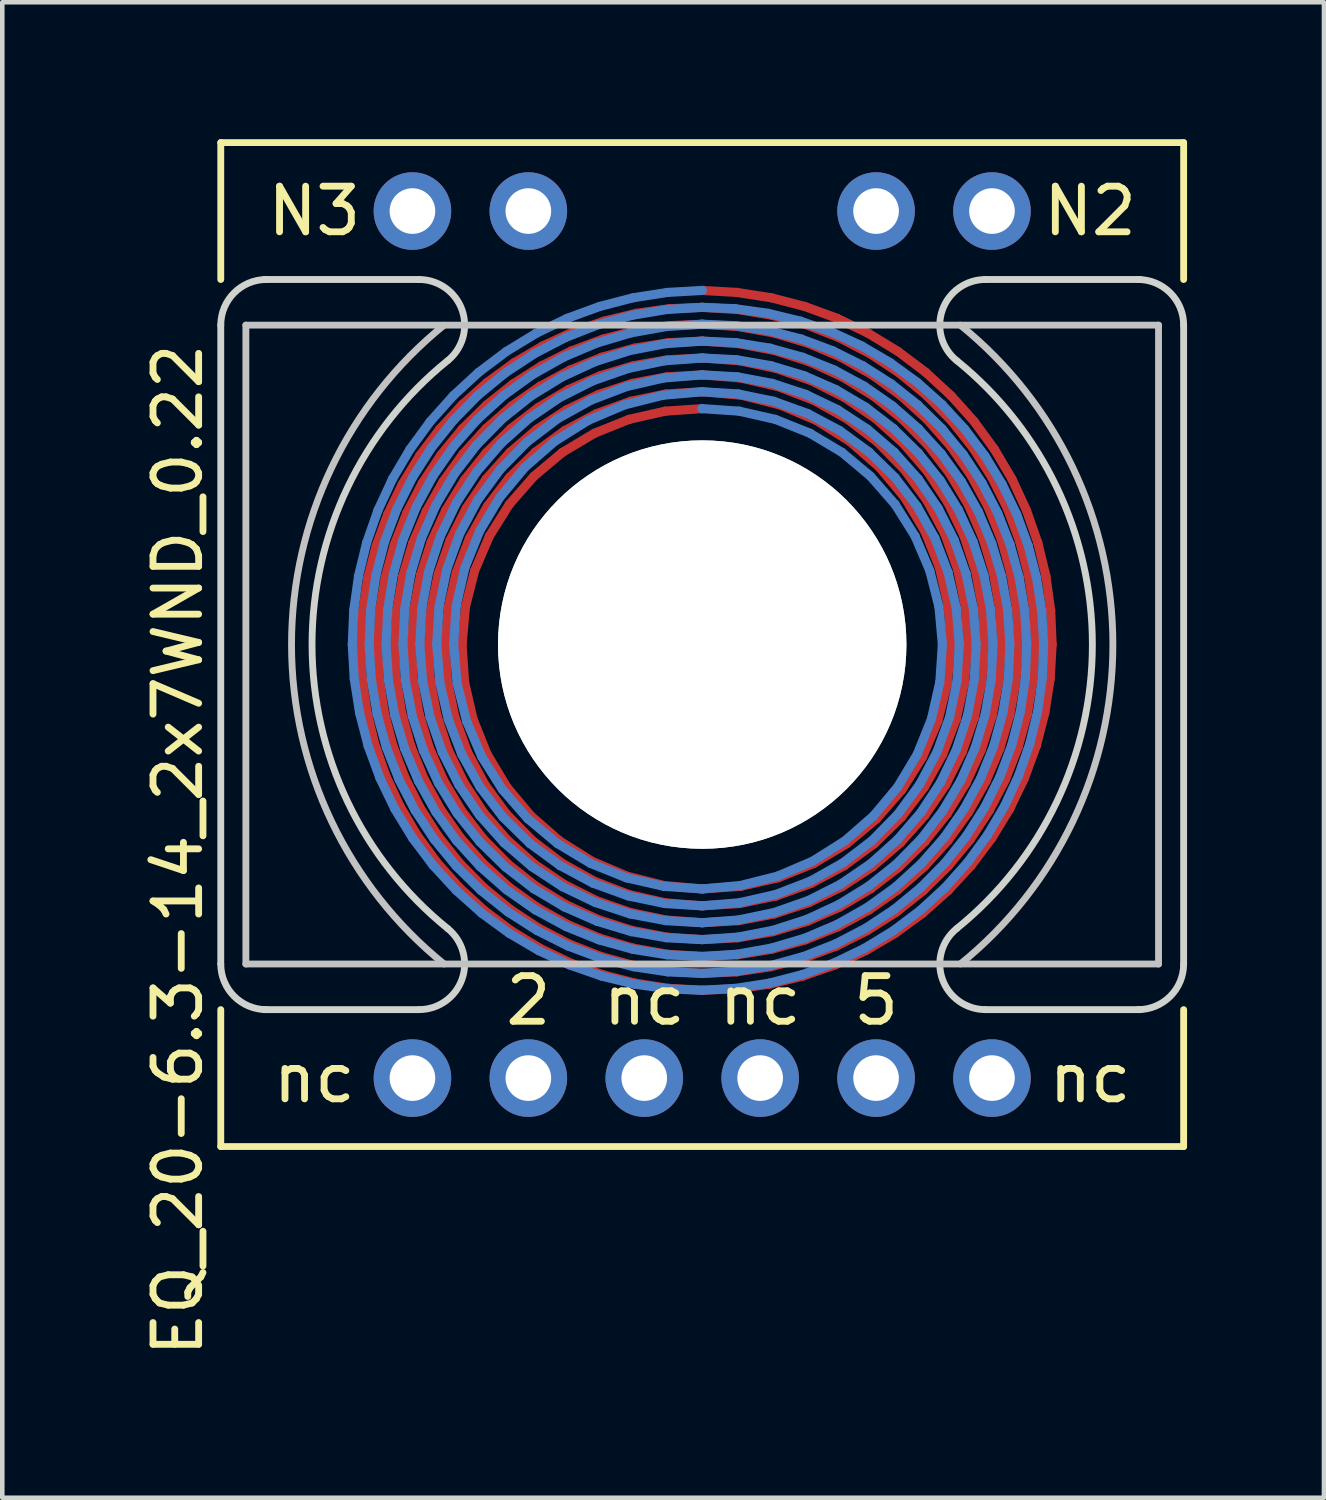
<source format=kicad_pcb>
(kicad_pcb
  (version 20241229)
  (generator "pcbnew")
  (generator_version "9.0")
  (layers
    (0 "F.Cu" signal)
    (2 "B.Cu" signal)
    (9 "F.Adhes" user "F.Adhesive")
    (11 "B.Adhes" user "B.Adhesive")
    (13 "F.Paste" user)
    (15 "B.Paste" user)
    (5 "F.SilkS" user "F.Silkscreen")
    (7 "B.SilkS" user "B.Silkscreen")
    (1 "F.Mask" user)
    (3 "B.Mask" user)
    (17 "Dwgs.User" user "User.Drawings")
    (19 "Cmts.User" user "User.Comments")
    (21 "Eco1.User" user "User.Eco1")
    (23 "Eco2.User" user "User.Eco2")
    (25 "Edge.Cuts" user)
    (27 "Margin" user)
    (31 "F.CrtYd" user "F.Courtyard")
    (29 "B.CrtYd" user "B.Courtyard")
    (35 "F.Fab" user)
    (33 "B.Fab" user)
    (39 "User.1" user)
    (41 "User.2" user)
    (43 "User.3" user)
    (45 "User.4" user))
  (footprint "EQ_20-6.3-14_2x7WND_0.22"
    (layer "F.Cu")
    (at 12.338 11.075)
    (property "Reference" "EQ_20-6.3-14_2x7WND_0.22" (at -11.49 4.5 90) (layer "F.SilkS") (effects (font (size 1 1) (thickness 0.15))))
    (attr through_hole)
    (fp_line (start -7.482 0) (end -7.452 0.734) (stroke (width 0.2) (type solid)) (layer "F.Cu"))
    (fp_line (start -7.452 0.734) (end -7.35 1.462) (stroke (width 0.2) (type solid)) (layer "F.Cu"))
    (fp_line (start -7.441 -0.733) (end -7.482 0) (stroke (width 0.2) (type solid)) (layer "F.Cu"))
    (fp_line (start -7.35 1.462) (end -7.177 2.177) (stroke (width 0.2) (type solid)) (layer "F.Cu"))
    (fp_line (start -7.327 -1.458) (end -7.441 -0.733) (stroke (width 0.2) (type solid)) (layer "F.Cu"))
    (fp_line (start -7.177 2.177) (end -6.934 2.872) (stroke (width 0.2) (type solid)) (layer "F.Cu"))
    (fp_line (start -7.144 -2.167) (end -7.327 -1.458) (stroke (width 0.2) (type solid)) (layer "F.Cu"))
    (fp_line (start -7.112 0) (end -7.08 0.744) (stroke (width 0.2) (type solid)) (layer "F.Cu"))
    (fp_line (start -7.08 0.744) (end -6.969 1.481) (stroke (width 0.2) (type solid)) (layer "F.Cu"))
    (fp_line (start -7.067 -0.743) (end -7.112 0) (stroke (width 0.2) (type solid)) (layer "F.Cu"))
    (fp_line (start -6.969 1.481) (end -6.782 2.204) (stroke (width 0.2) (type solid)) (layer "F.Cu"))
    (fp_line (start -6.945 -1.476) (end -7.067 -0.743) (stroke (width 0.2) (type solid)) (layer "F.Cu"))
    (fp_line (start -6.934 2.872) (end -6.624 3.541) (stroke (width 0.2) (type solid)) (layer "F.Cu"))
    (fp_line (start -6.892 -2.855) (end -7.144 -2.167) (stroke (width 0.2) (type solid)) (layer "F.Cu"))
    (fp_line (start -6.782 2.204) (end -6.52 2.903) (stroke (width 0.2) (type solid)) (layer "F.Cu"))
    (fp_line (start -6.747 -2.192) (end -6.945 -1.476) (stroke (width 0.2) (type solid)) (layer "F.Cu"))
    (fp_line (start -6.742 0) (end -6.707 0.756) (stroke (width 0.2) (type solid)) (layer "F.Cu"))
    (fp_line (start -6.707 0.756) (end -6.586 1.503) (stroke (width 0.2) (type solid)) (layer "F.Cu"))
    (fp_line (start -6.694 -0.754) (end -6.742 0) (stroke (width 0.2) (type solid)) (layer "F.Cu"))
    (fp_line (start -6.624 3.541) (end -6.25 4.176) (stroke (width 0.2) (type solid)) (layer "F.Cu"))
    (fp_line (start -6.586 1.503) (end -6.383 2.233) (stroke (width 0.2) (type solid)) (layer "F.Cu"))
    (fp_line (start -6.573 -3.514) (end -6.892 -2.855) (stroke (width 0.2) (type solid)) (layer "F.Cu"))
    (fp_line (start -6.561 -1.497) (end -6.694 -0.754) (stroke (width 0.2) (type solid)) (layer "F.Cu"))
    (fp_line (start -6.52 2.903) (end -6.186 3.572) (stroke (width 0.2) (type solid)) (layer "F.Cu"))
    (fp_line (start -6.475 -2.883) (end -6.747 -2.192) (stroke (width 0.2) (type solid)) (layer "F.Cu"))
    (fp_line (start -6.383 2.233) (end -6.099 2.937) (stroke (width 0.2) (type solid)) (layer "F.Cu"))
    (fp_line (start -6.372 0) (end -6.333 0.769) (stroke (width 0.2) (type solid)) (layer "F.Cu"))
    (fp_line (start -6.345 -2.22) (end -6.561 -1.497) (stroke (width 0.2) (type solid)) (layer "F.Cu"))
    (fp_line (start -6.333 0.769) (end -6.201 1.528) (stroke (width 0.2) (type solid)) (layer "F.Cu"))
    (fp_line (start -6.319 -0.767) (end -6.372 0) (stroke (width 0.2) (type solid)) (layer "F.Cu"))
    (fp_line (start -6.25 4.176) (end -5.815 4.773) (stroke (width 0.2) (type solid)) (layer "F.Cu"))
    (fp_line (start -6.201 1.528) (end -5.978 2.267) (stroke (width 0.2) (type solid)) (layer "F.Cu"))
    (fp_line (start -6.193 -4.138) (end -6.573 -3.514) (stroke (width 0.2) (type solid)) (layer "F.Cu"))
    (fp_line (start -6.186 3.572) (end -5.784 4.202) (stroke (width 0.2) (type solid)) (layer "F.Cu"))
    (fp_line (start -6.174 -1.522) (end -6.319 -0.767) (stroke (width 0.2) (type solid)) (layer "F.Cu"))
    (fp_line (start -6.133 -3.541) (end -6.475 -2.883) (stroke (width 0.2) (type solid)) (layer "F.Cu"))
    (fp_line (start -6.099 2.937) (end -5.737 3.605) (stroke (width 0.2) (type solid)) (layer "F.Cu"))
    (fp_line (start -6.051 -2.914) (end -6.345 -2.22) (stroke (width 0.2) (type solid)) (layer "F.Cu"))
    (fp_line (start -6.003 0) (end -5.959 0.784) (stroke (width 0.2) (type solid)) (layer "F.Cu"))
    (fp_line (start -5.978 2.267) (end -5.668 2.975) (stroke (width 0.2) (type solid)) (layer "F.Cu"))
    (fp_line (start -5.959 0.784) (end -5.813 1.558) (stroke (width 0.2) (type solid)) (layer "F.Cu"))
    (fp_line (start -5.944 -0.782) (end -6.003 0) (stroke (width 0.2) (type solid)) (layer "F.Cu"))
    (fp_line (start -5.938 -2.252) (end -6.174 -1.522) (stroke (width 0.2) (type solid)) (layer "F.Cu"))
    (fp_line (start -5.815 4.773) (end -5.324 5.324) (stroke (width 0.2) (type solid)) (layer "F.Cu"))
    (fp_line (start -5.813 1.558) (end -5.567 2.306) (stroke (width 0.2) (type solid)) (layer "F.Cu"))
    (fp_line (start -5.784 4.202) (end -5.318 4.788) (stroke (width 0.2) (type solid)) (layer "F.Cu"))
    (fp_line (start -5.783 -1.55) (end -5.944 -0.782) (stroke (width 0.2) (type solid)) (layer "F.Cu"))
    (fp_line (start -5.753 -4.721) (end -6.193 -4.138) (stroke (width 0.2) (type solid)) (layer "F.Cu"))
    (fp_line (start -5.737 3.605) (end -5.302 4.229) (stroke (width 0.2) (type solid)) (layer "F.Cu"))
    (fp_line (start -5.724 -4.159) (end -6.133 -3.541) (stroke (width 0.2) (type solid)) (layer "F.Cu"))
    (fp_line (start -5.681 -3.57) (end -6.051 -2.914) (stroke (width 0.2) (type solid)) (layer "F.Cu"))
    (fp_line (start -5.668 2.975) (end -5.274 3.64) (stroke (width 0.2) (type solid)) (layer "F.Cu"))
    (fp_line (start -5.633 0) (end -5.583 0.803) (stroke (width 0.2) (type solid)) (layer "F.Cu"))
    (fp_line (start -5.617 -2.948) (end -5.938 -2.252) (stroke (width 0.2) (type solid)) (layer "F.Cu"))
    (fp_line (start -5.583 0.803) (end -5.42 1.592) (stroke (width 0.2) (type solid)) (layer "F.Cu"))
    (fp_line (start -5.567 2.306) (end -5.225 3.017) (stroke (width 0.2) (type solid)) (layer "F.Cu"))
    (fp_line (start -5.567 -0.8) (end -5.633 0) (stroke (width 0.2) (type solid)) (layer "F.Cu"))
    (fp_line (start -5.524 -2.288) (end -5.783 -1.55) (stroke (width 0.2) (type solid)) (layer "F.Cu"))
    (fp_line (start -5.42 1.592) (end -5.146 2.35) (stroke (width 0.2) (type solid)) (layer "F.Cu"))
    (fp_line (start -5.388 -1.582) (end -5.567 -0.8) (stroke (width 0.2) (type solid)) (layer "F.Cu"))
    (fp_line (start -5.324 5.324) (end -4.78 5.824) (stroke (width 0.2) (type solid)) (layer "F.Cu"))
    (fp_line (start -5.318 4.788) (end -4.792 5.322) (stroke (width 0.2) (type solid)) (layer "F.Cu"))
    (fp_line (start -5.302 4.229) (end -4.8 4.8) (stroke (width 0.2) (type solid)) (layer "F.Cu"))
    (fp_line (start -5.274 3.64) (end -4.802 4.254) (stroke (width 0.2) (type solid)) (layer "F.Cu"))
    (fp_line (start -5.263 0) (end -5.207 0.825) (stroke (width 0.2) (type solid)) (layer "F.Cu"))
    (fp_line (start -5.258 -5.258) (end -5.753 -4.721) (stroke (width 0.2) (type solid)) (layer "F.Cu"))
    (fp_line (start -5.254 -4.73) (end -5.724 -4.159) (stroke (width 0.2) (type solid)) (layer "F.Cu"))
    (fp_line (start -5.241 -4.179) (end -5.681 -3.57) (stroke (width 0.2) (type solid)) (layer "F.Cu"))
    (fp_line (start -5.225 3.017) (end -4.793 3.678) (stroke (width 0.2) (type solid)) (layer "F.Cu"))
    (fp_line (start -5.215 -3.6) (end -5.617 -2.948) (stroke (width 0.2) (type solid)) (layer "F.Cu"))
    (fp_line (start -5.207 0.825) (end -5.023 1.632) (stroke (width 0.2) (type solid)) (layer "F.Cu"))
    (fp_line (start -5.189 -0.822) (end -5.263 0) (stroke (width 0.2) (type solid)) (layer "F.Cu"))
    (fp_line (start -5.172 -2.986) (end -5.524 -2.288) (stroke (width 0.2) (type solid)) (layer "F.Cu"))
    (fp_line (start -5.146 2.35) (end -4.767 3.063) (stroke (width 0.2) (type solid)) (layer "F.Cu"))
    (fp_line (start -5.101 -2.329) (end -5.388 -1.582) (stroke (width 0.2) (type solid)) (layer "F.Cu"))
    (fp_line (start -5.023 1.632) (end -4.714 2.402) (stroke (width 0.2) (type solid)) (layer "F.Cu"))
    (fp_line (start -4.987 -1.62) (end -5.189 -0.822) (stroke (width 0.2) (type solid)) (layer "F.Cu"))
    (fp_line (start -4.802 4.254) (end -4.259 4.807) (stroke (width 0.2) (type solid)) (layer "F.Cu"))
    (fp_line (start -4.8 4.8) (end -4.237 5.313) (stroke (width 0.2) (type solid)) (layer "F.Cu"))
    (fp_line (start -4.793 3.678) (end -4.277 4.277) (stroke (width 0.2) (type solid)) (layer "F.Cu"))
    (fp_line (start -4.792 5.322) (end -4.213 5.799) (stroke (width 0.2) (type solid)) (layer "F.Cu"))
    (fp_line (start -4.78 5.824) (end -4.189 6.27) (stroke (width 0.2) (type solid)) (layer "F.Cu"))
    (fp_line (start -4.767 3.063) (end -4.289 3.716) (stroke (width 0.2) (type solid)) (layer "F.Cu"))
    (fp_line (start -4.738 -4.197) (end -5.215 -3.6) (stroke (width 0.2) (type solid)) (layer "F.Cu"))
    (fp_line (start -4.735 -4.735) (end -5.241 -4.179) (stroke (width 0.2) (type solid)) (layer "F.Cu"))
    (fp_line (start -4.732 -3.631) (end -5.172 -2.986) (stroke (width 0.2) (type solid)) (layer "F.Cu"))
    (fp_line (start -4.726 -5.249) (end -5.254 -4.73) (stroke (width 0.2) (type solid)) (layer "F.Cu"))
    (fp_line (start -4.714 -5.744) (end -5.258 -5.258) (stroke (width 0.2) (type solid)) (layer "F.Cu"))
    (fp_line (start -4.714 2.402) (end -4.287 3.115) (stroke (width 0.2) (type solid)) (layer "F.Cu"))
    (fp_line (start -4.71 -3.027) (end -5.101 -2.329) (stroke (width 0.2) (type solid)) (layer "F.Cu"))
    (fp_line (start -4.664 -2.377) (end -4.987 -1.62) (stroke (width 0.2) (type solid)) (layer "F.Cu"))
    (fp_line (start -4.289 3.716) (end -3.722 4.295) (stroke (width 0.2) (type solid)) (layer "F.Cu"))
    (fp_line (start -4.287 3.115) (end -3.754 3.754) (stroke (width 0.2) (type solid)) (layer "F.Cu"))
    (fp_line (start -4.277 4.277) (end -3.687 4.805) (stroke (width 0.2) (type solid)) (layer "F.Cu"))
    (fp_line (start -4.259 4.807) (end -3.652 5.291) (stroke (width 0.2) (type solid)) (layer "F.Cu"))
    (fp_line (start -4.237 5.313) (end -3.619 5.759) (stroke (width 0.2) (type solid)) (layer "F.Cu"))
    (fp_line (start -4.228 -3.071) (end -4.664 -2.377) (stroke (width 0.2) (type solid)) (layer "F.Cu"))
    (fp_line (start -4.225 -3.661) (end -4.71 -3.027) (stroke (width 0.2) (type solid)) (layer "F.Cu"))
    (fp_line (start -4.213 5.799) (end -3.587 6.213) (stroke (width 0.2) (type solid)) (layer "F.Cu"))
    (fp_line (start -4.212 -4.212) (end -4.732 -3.631) (stroke (width 0.2) (type solid)) (layer "F.Cu"))
    (fp_line (start -4.193 -4.733) (end -4.738 -4.197) (stroke (width 0.2) (type solid)) (layer "F.Cu"))
    (fp_line (start -4.189 6.27) (end -3.557 6.655) (stroke (width 0.2) (type solid)) (layer "F.Cu"))
    (fp_line (start -4.171 -5.23) (end -4.735 -4.735) (stroke (width 0.2) (type solid)) (layer "F.Cu"))
    (fp_line (start -4.148 -5.709) (end -4.726 -5.249) (stroke (width 0.2) (type solid)) (layer "F.Cu"))
    (fp_line (start -4.125 -6.173) (end -4.714 -5.744) (stroke (width 0.2) (type solid)) (layer "F.Cu"))
    (fp_line (start -3.754 3.754) (end -3.126 4.302) (stroke (width 0.2) (type solid)) (layer "F.Cu"))
    (fp_line (start -3.722 4.295) (end -3.077 4.788) (stroke (width 0.2) (type solid)) (layer "F.Cu"))
    (fp_line (start -3.688 -3.688) (end -4.228 -3.071) (stroke (width 0.2) (type solid)) (layer "F.Cu"))
    (fp_line (start -3.687 4.805) (end -3.032 5.252) (stroke (width 0.2) (type solid)) (layer "F.Cu"))
    (fp_line (start -3.655 -4.219) (end -4.225 -3.661) (stroke (width 0.2) (type solid)) (layer "F.Cu"))
    (fp_line (start -3.652 5.291) (end -2.991 5.699) (stroke (width 0.2) (type solid)) (layer "F.Cu"))
    (fp_line (start -3.621 -4.719) (end -4.212 -4.212) (stroke (width 0.2) (type solid)) (layer "F.Cu"))
    (fp_line (start -3.619 5.759) (end -2.954 6.134) (stroke (width 0.2) (type solid)) (layer "F.Cu"))
    (fp_line (start -3.588 -5.198) (end -4.193 -4.733) (stroke (width 0.2) (type solid)) (layer "F.Cu"))
    (fp_line (start -3.587 6.213) (end -2.921 6.56) (stroke (width 0.2) (type solid)) (layer "F.Cu"))
    (fp_line (start -3.557 6.655) (end -2.89 6.977) (stroke (width 0.2) (type solid)) (layer "F.Cu"))
    (fp_line (start -3.556 -5.659) (end -4.171 -5.23) (stroke (width 0.2) (type solid)) (layer "F.Cu"))
    (fp_line (start -3.525 -6.106) (end -4.148 -5.709) (stroke (width 0.2) (type solid)) (layer "F.Cu"))
    (fp_line (start -3.497 -6.543) (end -4.125 -6.173) (stroke (width 0.2) (type solid)) (layer "F.Cu"))
    (fp_line (start -3.126 4.302) (end -2.419 4.747) (stroke (width 0.2) (type solid)) (layer "F.Cu"))
    (fp_line (start -3.077 4.788) (end -2.368 5.185) (stroke (width 0.2) (type solid)) (layer "F.Cu"))
    (fp_line (start -3.061 -4.213) (end -3.688 -3.688) (stroke (width 0.2) (type solid)) (layer "F.Cu"))
    (fp_line (start -3.032 5.252) (end -2.324 5.61) (stroke (width 0.2) (type solid)) (layer "F.Cu"))
    (fp_line (start -3.013 -4.689) (end -3.655 -4.219) (stroke (width 0.2) (type solid)) (layer "F.Cu"))
    (fp_line (start -2.991 5.699) (end -2.285 6.025) (stroke (width 0.2) (type solid)) (layer "F.Cu"))
    (fp_line (start -2.97 -5.145) (end -3.621 -4.719) (stroke (width 0.2) (type solid)) (layer "F.Cu"))
    (fp_line (start -2.954 6.134) (end -2.251 6.433) (stroke (width 0.2) (type solid)) (layer "F.Cu"))
    (fp_line (start -2.932 -5.586) (end -3.588 -5.198) (stroke (width 0.2) (type solid)) (layer "F.Cu"))
    (fp_line (start -2.921 6.56) (end -2.221 6.835) (stroke (width 0.2) (type solid)) (layer "F.Cu"))
    (fp_line (start -2.897 -6.015) (end -3.556 -5.659) (stroke (width 0.2) (type solid)) (layer "F.Cu"))
    (fp_line (start -2.89 6.977) (end -2.194 7.232) (stroke (width 0.2) (type solid)) (layer "F.Cu"))
    (fp_line (start -2.865 -6.436) (end -3.525 -6.106) (stroke (width 0.2) (type solid)) (layer "F.Cu"))
    (fp_line (start -2.837 -6.849) (end -3.497 -6.543) (stroke (width 0.2) (type solid)) (layer "F.Cu"))
    (fp_line (start -2.419 4.747) (end -1.649 5.075) (stroke (width 0.2) (type solid)) (layer "F.Cu"))
    (fp_line (start -2.368 5.185) (end -1.608 5.477) (stroke (width 0.2) (type solid)) (layer "F.Cu"))
    (fp_line (start -2.36 -4.631) (end -3.061 -4.213) (stroke (width 0.2) (type solid)) (layer "F.Cu"))
    (fp_line (start -2.324 5.61) (end -1.574 5.872) (stroke (width 0.2) (type solid)) (layer "F.Cu"))
    (fp_line (start -2.312 -5.062) (end -3.013 -4.689) (stroke (width 0.2) (type solid)) (layer "F.Cu"))
    (fp_line (start -2.285 6.025) (end -1.544 6.263) (stroke (width 0.2) (type solid)) (layer "F.Cu"))
    (fp_line (start -2.271 -5.481) (end -2.97 -5.145) (stroke (width 0.2) (type solid)) (layer "F.Cu"))
    (fp_line (start -2.251 6.433) (end -1.518 6.651) (stroke (width 0.2) (type solid)) (layer "F.Cu"))
    (fp_line (start -2.234 -5.892) (end -2.932 -5.586) (stroke (width 0.2) (type solid)) (layer "F.Cu"))
    (fp_line (start -2.221 6.835) (end -1.495 7.035) (stroke (width 0.2) (type solid)) (layer "F.Cu"))
    (fp_line (start -2.203 -6.296) (end -2.897 -6.015) (stroke (width 0.2) (type solid)) (layer "F.Cu"))
    (fp_line (start -2.194 7.232) (end -1.476 7.418) (stroke (width 0.2) (type solid)) (layer "F.Cu"))
    (fp_line (start -2.175 -6.694) (end -2.865 -6.436) (stroke (width 0.2) (type solid)) (layer "F.Cu"))
    (fp_line (start -2.15 -7.088) (end -2.837 -6.849) (stroke (width 0.2) (type solid)) (layer "F.Cu"))
    (fp_line (start -1.649 5.075) (end -0.836 5.28) (stroke (width 0.2) (type solid)) (layer "F.Cu"))
    (fp_line (start -1.608 5.477) (end -0.814 5.658) (stroke (width 0.2) (type solid)) (layer "F.Cu"))
    (fp_line (start -1.603 -4.935) (end -2.36 -4.631) (stroke (width 0.2) (type solid)) (layer "F.Cu"))
    (fp_line (start -1.574 5.872) (end -0.795 6.035) (stroke (width 0.2) (type solid)) (layer "F.Cu"))
    (fp_line (start -1.566 -5.332) (end -2.312 -5.062) (stroke (width 0.2) (type solid)) (layer "F.Cu"))
    (fp_line (start -1.544 6.263) (end -0.778 6.411) (stroke (width 0.2) (type solid)) (layer "F.Cu"))
    (fp_line (start -1.534 -5.724) (end -2.271 -5.481) (stroke (width 0.2) (type solid)) (layer "F.Cu"))
    (fp_line (start -1.518 6.651) (end -0.765 6.785) (stroke (width 0.2) (type solid)) (layer "F.Cu"))
    (fp_line (start -1.506 -6.111) (end -2.234 -5.892) (stroke (width 0.2) (type solid)) (layer "F.Cu"))
    (fp_line (start -1.495 7.035) (end -0.752 7.159) (stroke (width 0.2) (type solid)) (layer "F.Cu"))
    (fp_line (start -1.483 -6.496) (end -2.203 -6.296) (stroke (width 0.2) (type solid)) (layer "F.Cu"))
    (fp_line (start -1.476 7.418) (end -0.742 7.533) (stroke (width 0.2) (type solid)) (layer "F.Cu"))
    (fp_line (start -1.462 -6.879) (end -2.175 -6.694) (stroke (width 0.2) (type solid)) (layer "F.Cu"))
    (fp_line (start -1.444 -7.259) (end -2.15 -7.088) (stroke (width 0.2) (type solid)) (layer "F.Cu"))
    (fp_line (start -0.836 5.28) (end 0 5.355) (stroke (width 0.2) (type solid)) (layer "F.Cu"))
    (fp_line (start -0.814 5.658) (end 0 5.725) (stroke (width 0.2) (type solid)) (layer "F.Cu"))
    (fp_line (start -0.81 -5.115) (end -1.603 -4.935) (stroke (width 0.2) (type solid)) (layer "F.Cu"))
    (fp_line (start -0.795 6.035) (end 0 6.095) (stroke (width 0.2) (type solid)) (layer "F.Cu"))
    (fp_line (start -0.79 -5.492) (end -1.566 -5.332) (stroke (width 0.2) (type solid)) (layer "F.Cu"))
    (fp_line (start -0.778 6.411) (end 0 6.465) (stroke (width 0.2) (type solid)) (layer "F.Cu"))
    (fp_line (start -0.772 -5.867) (end -1.534 -5.724) (stroke (width 0.2) (type solid)) (layer "F.Cu"))
    (fp_line (start -0.765 6.785) (end 0 6.835) (stroke (width 0.2) (type solid)) (layer "F.Cu"))
    (fp_line (start -0.758 -6.241) (end -1.506 -6.111) (stroke (width 0.2) (type solid)) (layer "F.Cu"))
    (fp_line (start -0.752 7.159) (end 0 7.205) (stroke (width 0.2) (type solid)) (layer "F.Cu"))
    (fp_line (start -0.745 -6.615) (end -1.483 -6.496) (stroke (width 0.2) (type solid)) (layer "F.Cu"))
    (fp_line (start -0.742 7.533) (end 0 7.575) (stroke (width 0.2) (type solid)) (layer "F.Cu"))
    (fp_line (start -0.734 -6.988) (end -1.462 -6.879) (stroke (width 0.2) (type solid)) (layer "F.Cu"))
    (fp_line (start -0.725 -7.36) (end -1.444 -7.259) (stroke (width 0.2) (type solid)) (layer "F.Cu"))
    (fp_line (start 0 -7.39) (end -0.725 -7.36) (stroke (width 0.2) (type solid)) (layer "F.Cu"))
    (fp_line (start 0 -7.02) (end -0.734 -6.988) (stroke (width 0.2) (type solid)) (layer "F.Cu"))
    (fp_line (start 0 -6.65) (end -0.745 -6.615) (stroke (width 0.2) (type solid)) (layer "F.Cu"))
    (fp_line (start 0 -6.28) (end -0.758 -6.241) (stroke (width 0.2) (type solid)) (layer "F.Cu"))
    (fp_line (start 0 -5.91) (end -0.772 -5.867) (stroke (width 0.2) (type solid)) (layer "F.Cu"))
    (fp_line (start 0 -5.54) (end -0.79 -5.492) (stroke (width 0.2) (type solid)) (layer "F.Cu"))
    (fp_line (start 0 -5.17) (end -0.81 -5.115) (stroke (width 0.2) (type solid)) (layer "F.Cu"))
    (fp_line (start 0 5.355) (end 0.839 5.298) (stroke (width 0.2) (type solid)) (layer "F.Cu"))
    (fp_line (start 0 5.725) (end 0.816 5.675) (stroke (width 0.2) (type solid)) (layer "F.Cu"))
    (fp_line (start 0 6.095) (end 0.797 6.05) (stroke (width 0.2) (type solid)) (layer "F.Cu"))
    (fp_line (start 0 6.465) (end 0.78 6.425) (stroke (width 0.2) (type solid)) (layer "F.Cu"))
    (fp_line (start 0 6.835) (end 0.766 6.799) (stroke (width 0.2) (type solid)) (layer "F.Cu"))
    (fp_line (start 0 7.205) (end 0.754 7.172) (stroke (width 0.2) (type solid)) (layer "F.Cu"))
    (fp_line (start 0 7.575) (end 0.743 7.544) (stroke (width 0.2) (type solid)) (layer "F.Cu"))
    (fp_line (start 0.743 7.544) (end 1.48 7.441) (stroke (width 0.2) (type solid)) (layer "F.Cu"))
    (fp_line (start 0.754 7.172) (end 1.501 7.06) (stroke (width 0.2) (type solid)) (layer "F.Cu"))
    (fp_line (start 0.76 -7.717) (end 0 -7.76) (stroke (width 0.2) (type solid)) (layer "F.Cu"))
    (fp_line (start 0.766 6.799) (end 1.524 6.677) (stroke (width 0.2) (type solid)) (layer "F.Cu"))
    (fp_line (start 0.772 -7.343) (end 0 -7.39) (stroke (width 0.2) (type solid)) (layer "F.Cu"))
    (fp_line (start 0.78 6.425) (end 1.551 6.291) (stroke (width 0.2) (type solid)) (layer "F.Cu"))
    (fp_line (start 0.785 -6.969) (end 0 -7.02) (stroke (width 0.2) (type solid)) (layer "F.Cu"))
    (fp_line (start 0.797 6.05) (end 1.581 5.902) (stroke (width 0.2) (type solid)) (layer "F.Cu"))
    (fp_line (start 0.801 -6.594) (end 0 -6.65) (stroke (width 0.2) (type solid)) (layer "F.Cu"))
    (fp_line (start 0.816 5.675) (end 1.618 5.509) (stroke (width 0.2) (type solid)) (layer "F.Cu"))
    (fp_line (start 0.819 -6.219) (end 0 -6.28) (stroke (width 0.2) (type solid)) (layer "F.Cu"))
    (fp_line (start 0.839 5.298) (end 1.661 5.111) (stroke (width 0.2) (type solid)) (layer "F.Cu"))
    (fp_line (start 0.84 -5.842) (end 0 -5.91) (stroke (width 0.2) (type solid)) (layer "F.Cu"))
    (fp_line (start 0.865 -5.463) (end 0 -5.54) (stroke (width 0.2) (type solid)) (layer "F.Cu"))
    (fp_line (start 1.48 7.441) (end 2.204 7.265) (stroke (width 0.2) (type solid)) (layer "F.Cu"))
    (fp_line (start 1.501 7.06) (end 2.232 6.87) (stroke (width 0.2) (type solid)) (layer "F.Cu"))
    (fp_line (start 1.512 -7.6) (end 0.76 -7.717) (stroke (width 0.2) (type solid)) (layer "F.Cu"))
    (fp_line (start 1.524 6.677) (end 2.264 6.47) (stroke (width 0.2) (type solid)) (layer "F.Cu"))
    (fp_line (start 1.534 -7.216) (end 0.772 -7.343) (stroke (width 0.2) (type solid)) (layer "F.Cu"))
    (fp_line (start 1.551 6.291) (end 2.3 6.065) (stroke (width 0.2) (type solid)) (layer "F.Cu"))
    (fp_line (start 1.559 -6.831) (end 0.785 -6.969) (stroke (width 0.2) (type solid)) (layer "F.Cu"))
    (fp_line (start 1.581 5.902) (end 2.341 5.652) (stroke (width 0.2) (type solid)) (layer "F.Cu"))
    (fp_line (start 1.588 -6.443) (end 0.801 -6.594) (stroke (width 0.2) (type solid)) (layer "F.Cu"))
    (fp_line (start 1.618 5.509) (end 2.389 5.231) (stroke (width 0.2) (type solid)) (layer "F.Cu"))
    (fp_line (start 1.621 -6.051) (end 0.819 -6.219) (stroke (width 0.2) (type solid)) (layer "F.Cu"))
    (fp_line (start 1.66 -5.654) (end 0.84 -5.842) (stroke (width 0.2) (type solid)) (layer "F.Cu"))
    (fp_line (start 1.661 5.111) (end 2.444 4.796) (stroke (width 0.2) (type solid)) (layer "F.Cu"))
    (fp_line (start 1.706 -5.251) (end 0.865 -5.463) (stroke (width 0.2) (type solid)) (layer "F.Cu"))
    (fp_line (start 2.204 7.265) (end 2.908 7.02) (stroke (width 0.2) (type solid)) (layer "F.Cu"))
    (fp_line (start 2.232 6.87) (end 2.941 6.605) (stroke (width 0.2) (type solid)) (layer "F.Cu"))
    (fp_line (start 2.248 -7.409) (end 1.512 -7.6) (stroke (width 0.2) (type solid)) (layer "F.Cu"))
    (fp_line (start 2.264 6.47) (end 2.977 6.182) (stroke (width 0.2) (type solid)) (layer "F.Cu"))
    (fp_line (start 2.278 -7.011) (end 1.534 -7.216) (stroke (width 0.2) (type solid)) (layer "F.Cu"))
    (fp_line (start 2.3 6.065) (end 3.018 5.75) (stroke (width 0.2) (type solid)) (layer "F.Cu"))
    (fp_line (start 2.312 -6.607) (end 1.559 -6.831) (stroke (width 0.2) (type solid)) (layer "F.Cu"))
    (fp_line (start 2.341 5.652) (end 3.063 5.305) (stroke (width 0.2) (type solid)) (layer "F.Cu"))
    (fp_line (start 2.351 -6.198) (end 1.588 -6.443) (stroke (width 0.2) (type solid)) (layer "F.Cu"))
    (fp_line (start 2.389 5.231) (end 3.113 4.844) (stroke (width 0.2) (type solid)) (layer "F.Cu"))
    (fp_line (start 2.394 -5.781) (end 1.621 -6.051) (stroke (width 0.2) (type solid)) (layer "F.Cu"))
    (fp_line (start 2.444 4.796) (end 3.169 4.362) (stroke (width 0.2) (type solid)) (layer "F.Cu"))
    (fp_line (start 2.445 -5.353) (end 1.66 -5.654) (stroke (width 0.2) (type solid)) (layer "F.Cu"))
    (fp_line (start 2.503 -4.911) (end 1.706 -5.251) (stroke (width 0.2) (type solid)) (layer "F.Cu"))
    (fp_line (start 2.908 7.02) (end 3.584 6.706) (stroke (width 0.2) (type solid)) (layer "F.Cu"))
    (fp_line (start 2.941 6.605) (end 3.618 6.266) (stroke (width 0.2) (type solid)) (layer "F.Cu"))
    (fp_line (start 2.961 -7.148) (end 2.248 -7.409) (stroke (width 0.2) (type solid)) (layer "F.Cu"))
    (fp_line (start 2.977 6.182) (end 3.654 5.815) (stroke (width 0.2) (type solid)) (layer "F.Cu"))
    (fp_line (start 2.996 -6.729) (end 2.278 -7.011) (stroke (width 0.2) (type solid)) (layer "F.Cu"))
    (fp_line (start 3.018 5.75) (end 3.693 5.35) (stroke (width 0.2) (type solid)) (layer "F.Cu"))
    (fp_line (start 3.034 -6.301) (end 2.312 -6.607) (stroke (width 0.2) (type solid)) (layer "F.Cu"))
    (fp_line (start 3.063 5.305) (end 3.734 4.866) (stroke (width 0.2) (type solid)) (layer "F.Cu"))
    (fp_line (start 3.077 -5.863) (end 2.351 -6.198) (stroke (width 0.2) (type solid)) (layer "F.Cu"))
    (fp_line (start 3.113 4.844) (end 3.777 4.358) (stroke (width 0.2) (type solid)) (layer "F.Cu"))
    (fp_line (start 3.125 -5.412) (end 2.394 -5.781) (stroke (width 0.2) (type solid)) (layer "F.Cu"))
    (fp_line (start 3.169 4.362) (end 3.819 3.819) (stroke (width 0.2) (type solid)) (layer "F.Cu"))
    (fp_line (start 3.177 -4.944) (end 2.445 -5.353) (stroke (width 0.2) (type solid)) (layer "F.Cu"))
    (fp_line (start 3.235 -4.452) (end 2.503 -4.911) (stroke (width 0.2) (type solid)) (layer "F.Cu"))
    (fp_line (start 3.584 6.706) (end 4.228 6.327) (stroke (width 0.2) (type solid)) (layer "F.Cu"))
    (fp_line (start 3.618 6.266) (end 4.257 5.859) (stroke (width 0.2) (type solid)) (layer "F.Cu"))
    (fp_line (start 3.644 -6.818) (end 2.961 -7.148) (stroke (width 0.2) (type solid)) (layer "F.Cu"))
    (fp_line (start 3.654 5.815) (end 4.286 5.375) (stroke (width 0.2) (type solid)) (layer "F.Cu"))
    (fp_line (start 3.68 -6.373) (end 2.996 -6.729) (stroke (width 0.2) (type solid)) (layer "F.Cu"))
    (fp_line (start 3.693 5.35) (end 4.315 4.871) (stroke (width 0.2) (type solid)) (layer "F.Cu"))
    (fp_line (start 3.717 -5.916) (end 3.034 -6.301) (stroke (width 0.2) (type solid)) (layer "F.Cu"))
    (fp_line (start 3.734 4.866) (end 4.343 4.343) (stroke (width 0.2) (type solid)) (layer "F.Cu"))
    (fp_line (start 3.757 -5.444) (end 3.077 -5.863) (stroke (width 0.2) (type solid)) (layer "F.Cu"))
    (fp_line (start 3.777 4.358) (end 4.365 3.782) (stroke (width 0.2) (type solid)) (layer "F.Cu"))
    (fp_line (start 3.8 -4.952) (end 3.125 -5.412) (stroke (width 0.2) (type solid)) (layer "F.Cu"))
    (fp_line (start 3.819 3.819) (end 4.377 3.18) (stroke (width 0.2) (type solid)) (layer "F.Cu"))
    (fp_line (start 3.843 -4.435) (end 3.177 -4.944) (stroke (width 0.2) (type solid)) (layer "F.Cu"))
    (fp_line (start 3.885 -3.885) (end 3.235 -4.452) (stroke (width 0.2) (type solid)) (layer "F.Cu"))
    (fp_line (start 4.228 6.327) (end 4.831 5.887) (stroke (width 0.2) (type solid)) (layer "F.Cu"))
    (fp_line (start 4.257 5.859) (end 4.85 5.386) (stroke (width 0.2) (type solid)) (layer "F.Cu"))
    (fp_line (start 4.286 5.375) (end 4.866 4.866) (stroke (width 0.2) (type solid)) (layer "F.Cu"))
    (fp_line (start 4.292 -6.423) (end 3.644 -6.818) (stroke (width 0.2) (type solid)) (layer "F.Cu"))
    (fp_line (start 4.315 4.871) (end 4.876 4.32) (stroke (width 0.2) (type solid)) (layer "F.Cu"))
    (fp_line (start 4.322 -5.949) (end 3.68 -6.373) (stroke (width 0.2) (type solid)) (layer "F.Cu"))
    (fp_line (start 4.343 4.343) (end 4.878 3.743) (stroke (width 0.2) (type solid)) (layer "F.Cu"))
    (fp_line (start 4.352 -5.457) (end 3.717 -5.916) (stroke (width 0.2) (type solid)) (layer "F.Cu"))
    (fp_line (start 4.365 3.782) (end 4.866 3.127) (stroke (width 0.2) (type solid)) (layer "F.Cu"))
    (fp_line (start 4.377 3.18) (end 4.829 2.461) (stroke (width 0.2) (type solid)) (layer "F.Cu"))
    (fp_line (start 4.381 -4.946) (end 3.757 -5.444) (stroke (width 0.2) (type solid)) (layer "F.Cu"))
    (fp_line (start 4.408 -4.408) (end 3.8 -4.952) (stroke (width 0.2) (type solid)) (layer "F.Cu"))
    (fp_line (start 4.428 -3.837) (end 3.843 -4.435) (stroke (width 0.2) (type solid)) (layer "F.Cu"))
    (fp_line (start 4.437 -3.224) (end 3.885 -3.885) (stroke (width 0.2) (type solid)) (layer "F.Cu"))
    (fp_line (start 4.829 2.461) (end 5.163 1.678) (stroke (width 0.2) (type solid)) (layer "F.Cu"))
    (fp_line (start 4.831 5.887) (end 5.389 5.389) (stroke (width 0.2) (type solid)) (layer "F.Cu"))
    (fp_line (start 4.85 5.386) (end 5.391 4.854) (stroke (width 0.2) (type solid)) (layer "F.Cu"))
    (fp_line (start 4.866 3.127) (end 5.269 2.406) (stroke (width 0.2) (type solid)) (layer "F.Cu"))
    (fp_line (start 4.866 4.866) (end 5.385 4.295) (stroke (width 0.2) (type solid)) (layer "F.Cu"))
    (fp_line (start 4.876 4.32) (end 5.367 3.705) (stroke (width 0.2) (type solid)) (layer "F.Cu"))
    (fp_line (start 4.878 3.743) (end 5.332 3.078) (stroke (width 0.2) (type solid)) (layer "F.Cu"))
    (fp_line (start 4.878 -2.486) (end 4.437 -3.224) (stroke (width 0.2) (type solid)) (layer "F.Cu"))
    (fp_line (start 4.897 -5.967) (end 4.292 -6.423) (stroke (width 0.2) (type solid)) (layer "F.Cu"))
    (fp_line (start 4.916 -5.46) (end 4.322 -5.949) (stroke (width 0.2) (type solid)) (layer "F.Cu"))
    (fp_line (start 4.922 -3.163) (end 4.428 -3.837) (stroke (width 0.2) (type solid)) (layer "F.Cu"))
    (fp_line (start 4.931 -4.931) (end 4.352 -5.457) (stroke (width 0.2) (type solid)) (layer "F.Cu"))
    (fp_line (start 4.939 -3.79) (end 4.408 -4.408) (stroke (width 0.2) (type solid)) (layer "F.Cu"))
    (fp_line (start 4.94 -4.377) (end 4.381 -4.946) (stroke (width 0.2) (type solid)) (layer "F.Cu"))
    (fp_line (start 5.163 1.678) (end 5.371 0.851) (stroke (width 0.2) (type solid)) (layer "F.Cu"))
    (fp_line (start 5.198 -1.689) (end 4.878 -2.486) (stroke (width 0.2) (type solid)) (layer "F.Cu"))
    (fp_line (start 5.269 2.406) (end 5.566 1.634) (stroke (width 0.2) (type solid)) (layer "F.Cu"))
    (fp_line (start 5.315 -2.427) (end 4.922 -3.163) (stroke (width 0.2) (type solid)) (layer "F.Cu"))
    (fp_line (start 5.332 3.078) (end 5.695 2.359) (stroke (width 0.2) (type solid)) (layer "F.Cu"))
    (fp_line (start 5.367 3.705) (end 5.781 3.034) (stroke (width 0.2) (type solid)) (layer "F.Cu"))
    (fp_line (start 5.371 0.851) (end 5.447 0) (stroke (width 0.2) (type solid)) (layer "F.Cu"))
    (fp_line (start 5.385 4.295) (end 5.838 3.668) (stroke (width 0.2) (type solid)) (layer "F.Cu"))
    (fp_line (start 5.385 -3.109) (end 4.939 -3.79) (stroke (width 0.2) (type solid)) (layer "F.Cu"))
    (fp_line (start 5.389 5.389) (end 5.896 4.839) (stroke (width 0.2) (type solid)) (layer "F.Cu"))
    (fp_line (start 5.39 -0.854) (end 5.198 -1.689) (stroke (width 0.2) (type solid)) (layer "F.Cu"))
    (fp_line (start 5.391 4.854) (end 5.874 4.268) (stroke (width 0.2) (type solid)) (layer "F.Cu"))
    (fp_line (start 5.426 -3.745) (end 4.94 -4.377) (stroke (width 0.2) (type solid)) (layer "F.Cu"))
    (fp_line (start 5.447 -4.344) (end 4.931 -4.931) (stroke (width 0.2) (type solid)) (layer "F.Cu"))
    (fp_line (start 5.447 0) (end 5.39 -0.854) (stroke (width 0.2) (type solid)) (layer "F.Cu"))
    (fp_line (start 5.454 -5.454) (end 4.897 -5.967) (stroke (width 0.2) (type solid)) (layer "F.Cu"))
    (fp_line (start 5.455 -4.912) (end 4.916 -5.46) (stroke (width 0.2) (type solid)) (layer "F.Cu"))
    (fp_line (start 5.566 1.634) (end 5.75 0.827) (stroke (width 0.2) (type solid)) (layer "F.Cu"))
    (fp_line (start 5.598 -1.644) (end 5.315 -2.427) (stroke (width 0.2) (type solid)) (layer "F.Cu"))
    (fp_line (start 5.695 2.359) (end 5.962 1.597) (stroke (width 0.2) (type solid)) (layer "F.Cu"))
    (fp_line (start 5.738 -2.377) (end 5.385 -3.109) (stroke (width 0.2) (type solid)) (layer "F.Cu"))
    (fp_line (start 5.75 0.827) (end 5.817 0) (stroke (width 0.2) (type solid)) (layer "F.Cu"))
    (fp_line (start 5.767 -0.829) (end 5.598 -1.644) (stroke (width 0.2) (type solid)) (layer "F.Cu"))
    (fp_line (start 5.781 3.034) (end 6.111 2.318) (stroke (width 0.2) (type solid)) (layer "F.Cu"))
    (fp_line (start 5.817 0) (end 5.767 -0.829) (stroke (width 0.2) (type solid)) (layer "F.Cu"))
    (fp_line (start 5.832 -3.061) (end 5.426 -3.745) (stroke (width 0.2) (type solid)) (layer "F.Cu"))
    (fp_line (start 5.838 3.668) (end 6.218 2.994) (stroke (width 0.2) (type solid)) (layer "F.Cu"))
    (fp_line (start 5.874 4.268) (end 6.293 3.633) (stroke (width 0.2) (type solid)) (layer "F.Cu"))
    (fp_line (start 5.894 -3.703) (end 5.447 -4.344) (stroke (width 0.2) (type solid)) (layer "F.Cu"))
    (fp_line (start 5.896 4.839) (end 6.346 4.241) (stroke (width 0.2) (type solid)) (layer "F.Cu"))
    (fp_line (start 5.934 -4.311) (end 5.455 -4.912) (stroke (width 0.2) (type solid)) (layer "F.Cu"))
    (fp_line (start 5.958 -4.89) (end 5.454 -5.454) (stroke (width 0.2) (type solid)) (layer "F.Cu"))
    (fp_line (start 5.962 1.597) (end 6.127 0.807) (stroke (width 0.2) (type solid)) (layer "F.Cu"))
    (fp_line (start 5.992 -1.605) (end 5.738 -2.377) (stroke (width 0.2) (type solid)) (layer "F.Cu"))
    (fp_line (start 6.111 2.318) (end 6.353 1.566) (stroke (width 0.2) (type solid)) (layer "F.Cu"))
    (fp_line (start 6.127 0.807) (end 6.188 0) (stroke (width 0.2) (type solid)) (layer "F.Cu"))
    (fp_line (start 6.142 -0.809) (end 5.992 -1.605) (stroke (width 0.2) (type solid)) (layer "F.Cu"))
    (fp_line (start 6.151 -2.333) (end 5.832 -3.061) (stroke (width 0.2) (type solid)) (layer "F.Cu"))
    (fp_line (start 6.188 0) (end 6.142 -0.809) (stroke (width 0.2) (type solid)) (layer "F.Cu"))
    (fp_line (start 6.218 2.994) (end 6.52 2.281) (stroke (width 0.2) (type solid)) (layer "F.Cu"))
    (fp_line (start 6.265 -3.017) (end 5.894 -3.703) (stroke (width 0.2) (type solid)) (layer "F.Cu"))
    (fp_line (start 6.293 3.633) (end 6.644 2.958) (stroke (width 0.2) (type solid)) (layer "F.Cu"))
    (fp_line (start 6.346 4.241) (end 6.737 3.601) (stroke (width 0.2) (type solid)) (layer "F.Cu"))
    (fp_line (start 6.347 -3.664) (end 5.934 -4.311) (stroke (width 0.2) (type solid)) (layer "F.Cu"))
    (fp_line (start 6.353 1.566) (end 6.503 0.79) (stroke (width 0.2) (type solid)) (layer "F.Cu"))
    (fp_line (start 6.381 -1.573) (end 6.151 -2.333) (stroke (width 0.2) (type solid)) (layer "F.Cu"))
    (fp_line (start 6.404 -4.279) (end 5.958 -4.89) (stroke (width 0.2) (type solid)) (layer "F.Cu"))
    (fp_line (start 6.503 0.79) (end 6.558 0) (stroke (width 0.2) (type solid)) (layer "F.Cu"))
    (fp_line (start 6.517 -0.791) (end 6.381 -1.573) (stroke (width 0.2) (type solid)) (layer "F.Cu"))
    (fp_line (start 6.52 2.281) (end 6.741 1.539) (stroke (width 0.2) (type solid)) (layer "F.Cu"))
    (fp_line (start 6.557 -2.295) (end 6.265 -3.017) (stroke (width 0.2) (type solid)) (layer "F.Cu"))
    (fp_line (start 6.558 0) (end 6.517 -0.791) (stroke (width 0.2) (type solid)) (layer "F.Cu"))
    (fp_line (start 6.644 2.958) (end 6.923 2.249) (stroke (width 0.2) (type solid)) (layer "F.Cu"))
    (fp_line (start 6.689 -2.978) (end 6.347 -3.664) (stroke (width 0.2) (type solid)) (layer "F.Cu"))
    (fp_line (start 6.737 3.601) (end 7.062 2.925) (stroke (width 0.2) (type solid)) (layer "F.Cu"))
    (fp_line (start 6.741 1.539) (end 6.877 0.775) (stroke (width 0.2) (type solid)) (layer "F.Cu"))
    (fp_line (start 6.767 -1.544) (end 6.557 -2.295) (stroke (width 0.2) (type solid)) (layer "F.Cu"))
    (fp_line (start 6.788 -3.628) (end 6.404 -4.279) (stroke (width 0.2) (type solid)) (layer "F.Cu"))
    (fp_line (start 6.877 0.775) (end 6.928 0) (stroke (width 0.2) (type solid)) (layer "F.Cu"))
    (fp_line (start 6.891 -0.776) (end 6.767 -1.544) (stroke (width 0.2) (type solid)) (layer "F.Cu"))
    (fp_line (start 6.923 2.249) (end 7.126 1.515) (stroke (width 0.2) (type solid)) (layer "F.Cu"))
    (fp_line (start 6.928 0) (end 6.891 -0.776) (stroke (width 0.2) (type solid)) (layer "F.Cu"))
    (fp_line (start 6.958 -2.261) (end 6.689 -2.978) (stroke (width 0.2) (type solid)) (layer "F.Cu"))
    (fp_line (start 7.062 2.925) (end 7.321 2.221) (stroke (width 0.2) (type solid)) (layer "F.Cu"))
    (fp_line (start 7.105 -2.943) (end 6.788 -3.628) (stroke (width 0.2) (type solid)) (layer "F.Cu"))
    (fp_line (start 7.126 1.515) (end 7.251 0.762) (stroke (width 0.2) (type solid)) (layer "F.Cu"))
    (fp_line (start 7.15 -1.52) (end 6.958 -2.261) (stroke (width 0.2) (type solid)) (layer "F.Cu"))
    (fp_line (start 7.251 0.762) (end 7.298 0) (stroke (width 0.2) (type solid)) (layer "F.Cu"))
    (fp_line (start 7.264 -0.763) (end 7.15 -1.52) (stroke (width 0.2) (type solid)) (layer "F.Cu"))
    (fp_line (start 7.298 0) (end 7.264 -0.763) (stroke (width 0.2) (type solid)) (layer "F.Cu"))
    (fp_line (start 7.321 2.221) (end 7.509 1.494) (stroke (width 0.2) (type solid)) (layer "F.Cu"))
    (fp_line (start 7.354 -2.231) (end 7.105 -2.943) (stroke (width 0.2) (type solid)) (layer "F.Cu"))
    (fp_line (start 7.509 1.494) (end 7.625 0.751) (stroke (width 0.2) (type solid)) (layer "F.Cu"))
    (fp_line (start 7.532 -1.498) (end 7.354 -2.231) (stroke (width 0.2) (type solid)) (layer "F.Cu"))
    (fp_line (start 7.625 0.751) (end 7.668 0) (stroke (width 0.2) (type solid)) (layer "F.Cu"))
    (fp_line (start 7.636 -0.752) (end 7.532 -1.498) (stroke (width 0.2) (type solid)) (layer "F.Cu"))
    (fp_line (start 7.668 0) (end 7.636 -0.752) (stroke (width 0.2) (type solid)) (layer "F.Cu"))
    (fp_line (start -7.668 0) (end -7.636 -0.752) (stroke (width 0.2) (type solid)) (layer "B.Cu"))
    (fp_line (start -7.636 -0.752) (end -7.532 -1.498) (stroke (width 0.2) (type solid)) (layer "B.Cu"))
    (fp_line (start -7.625 0.751) (end -7.668 0) (stroke (width 0.2) (type solid)) (layer "B.Cu"))
    (fp_line (start -7.532 -1.498) (end -7.354 -2.231) (stroke (width 0.2) (type solid)) (layer "B.Cu"))
    (fp_line (start -7.509 1.494) (end -7.625 0.751) (stroke (width 0.2) (type solid)) (layer "B.Cu"))
    (fp_line (start -7.354 -2.231) (end -7.105 -2.943) (stroke (width 0.2) (type solid)) (layer "B.Cu"))
    (fp_line (start -7.321 2.221) (end -7.509 1.494) (stroke (width 0.2) (type solid)) (layer "B.Cu"))
    (fp_line (start -7.298 0) (end -7.264 -0.763) (stroke (width 0.2) (type solid)) (layer "B.Cu"))
    (fp_line (start -7.264 -0.763) (end -7.15 -1.52) (stroke (width 0.2) (type solid)) (layer "B.Cu"))
    (fp_line (start -7.251 0.762) (end -7.298 0) (stroke (width 0.2) (type solid)) (layer "B.Cu"))
    (fp_line (start -7.15 -1.52) (end -6.958 -2.261) (stroke (width 0.2) (type solid)) (layer "B.Cu"))
    (fp_line (start -7.126 1.515) (end -7.251 0.762) (stroke (width 0.2) (type solid)) (layer "B.Cu"))
    (fp_line (start -7.105 -2.943) (end -6.788 -3.628) (stroke (width 0.2) (type solid)) (layer "B.Cu"))
    (fp_line (start -7.062 2.925) (end -7.321 2.221) (stroke (width 0.2) (type solid)) (layer "B.Cu"))
    (fp_line (start -6.958 -2.261) (end -6.689 -2.978) (stroke (width 0.2) (type solid)) (layer "B.Cu"))
    (fp_line (start -6.928 0) (end -6.891 -0.776) (stroke (width 0.2) (type solid)) (layer "B.Cu"))
    (fp_line (start -6.923 2.249) (end -7.126 1.515) (stroke (width 0.2) (type solid)) (layer "B.Cu"))
    (fp_line (start -6.891 -0.776) (end -6.767 -1.544) (stroke (width 0.2) (type solid)) (layer "B.Cu"))
    (fp_line (start -6.877 0.775) (end -6.928 0) (stroke (width 0.2) (type solid)) (layer "B.Cu"))
    (fp_line (start -6.788 -3.628) (end -6.404 -4.279) (stroke (width 0.2) (type solid)) (layer "B.Cu"))
    (fp_line (start -6.767 -1.544) (end -6.557 -2.295) (stroke (width 0.2) (type solid)) (layer "B.Cu"))
    (fp_line (start -6.741 1.539) (end -6.877 0.775) (stroke (width 0.2) (type solid)) (layer "B.Cu"))
    (fp_line (start -6.737 3.601) (end -7.062 2.925) (stroke (width 0.2) (type solid)) (layer "B.Cu"))
    (fp_line (start -6.689 -2.978) (end -6.347 -3.664) (stroke (width 0.2) (type solid)) (layer "B.Cu"))
    (fp_line (start -6.644 2.958) (end -6.923 2.249) (stroke (width 0.2) (type solid)) (layer "B.Cu"))
    (fp_line (start -6.558 0) (end -6.517 -0.791) (stroke (width 0.2) (type solid)) (layer "B.Cu"))
    (fp_line (start -6.557 -2.295) (end -6.265 -3.017) (stroke (width 0.2) (type solid)) (layer "B.Cu"))
    (fp_line (start -6.52 2.281) (end -6.741 1.539) (stroke (width 0.2) (type solid)) (layer "B.Cu"))
    (fp_line (start -6.517 -0.791) (end -6.381 -1.573) (stroke (width 0.2) (type solid)) (layer "B.Cu"))
    (fp_line (start -6.503 0.79) (end -6.558 0) (stroke (width 0.2) (type solid)) (layer "B.Cu"))
    (fp_line (start -6.404 -4.279) (end -5.958 -4.89) (stroke (width 0.2) (type solid)) (layer "B.Cu"))
    (fp_line (start -6.381 -1.573) (end -6.151 -2.333) (stroke (width 0.2) (type solid)) (layer "B.Cu"))
    (fp_line (start -6.353 1.566) (end -6.503 0.79) (stroke (width 0.2) (type solid)) (layer "B.Cu"))
    (fp_line (start -6.347 -3.664) (end -5.934 -4.311) (stroke (width 0.2) (type solid)) (layer "B.Cu"))
    (fp_line (start -6.346 4.241) (end -6.737 3.601) (stroke (width 0.2) (type solid)) (layer "B.Cu"))
    (fp_line (start -6.293 3.633) (end -6.644 2.958) (stroke (width 0.2) (type solid)) (layer "B.Cu"))
    (fp_line (start -6.265 -3.017) (end -5.894 -3.703) (stroke (width 0.2) (type solid)) (layer "B.Cu"))
    (fp_line (start -6.218 2.994) (end -6.52 2.281) (stroke (width 0.2) (type solid)) (layer "B.Cu"))
    (fp_line (start -6.188 0) (end -6.142 -0.809) (stroke (width 0.2) (type solid)) (layer "B.Cu"))
    (fp_line (start -6.151 -2.333) (end -5.832 -3.061) (stroke (width 0.2) (type solid)) (layer "B.Cu"))
    (fp_line (start -6.142 -0.809) (end -5.992 -1.605) (stroke (width 0.2) (type solid)) (layer "B.Cu"))
    (fp_line (start -6.127 0.807) (end -6.188 0) (stroke (width 0.2) (type solid)) (layer "B.Cu"))
    (fp_line (start -6.111 2.318) (end -6.353 1.566) (stroke (width 0.2) (type solid)) (layer "B.Cu"))
    (fp_line (start -5.992 -1.605) (end -5.738 -2.377) (stroke (width 0.2) (type solid)) (layer "B.Cu"))
    (fp_line (start -5.962 1.597) (end -6.127 0.807) (stroke (width 0.2) (type solid)) (layer "B.Cu"))
    (fp_line (start -5.958 -4.89) (end -5.454 -5.454) (stroke (width 0.2) (type solid)) (layer "B.Cu"))
    (fp_line (start -5.934 -4.311) (end -5.455 -4.912) (stroke (width 0.2) (type solid)) (layer "B.Cu"))
    (fp_line (start -5.896 4.839) (end -6.346 4.241) (stroke (width 0.2) (type solid)) (layer "B.Cu"))
    (fp_line (start -5.894 -3.703) (end -5.447 -4.344) (stroke (width 0.2) (type solid)) (layer "B.Cu"))
    (fp_line (start -5.874 4.268) (end -6.293 3.633) (stroke (width 0.2) (type solid)) (layer "B.Cu"))
    (fp_line (start -5.838 3.668) (end -6.218 2.994) (stroke (width 0.2) (type solid)) (layer "B.Cu"))
    (fp_line (start -5.832 -3.061) (end -5.426 -3.745) (stroke (width 0.2) (type solid)) (layer "B.Cu"))
    (fp_line (start -5.817 0) (end -5.767 -0.829) (stroke (width 0.2) (type solid)) (layer "B.Cu"))
    (fp_line (start -5.781 3.034) (end -6.111 2.318) (stroke (width 0.2) (type solid)) (layer "B.Cu"))
    (fp_line (start -5.767 -0.829) (end -5.598 -1.644) (stroke (width 0.2) (type solid)) (layer "B.Cu"))
    (fp_line (start -5.75 0.827) (end -5.817 0) (stroke (width 0.2) (type solid)) (layer "B.Cu"))
    (fp_line (start -5.738 -2.377) (end -5.385 -3.109) (stroke (width 0.2) (type solid)) (layer "B.Cu"))
    (fp_line (start -5.695 2.359) (end -5.962 1.597) (stroke (width 0.2) (type solid)) (layer "B.Cu"))
    (fp_line (start -5.598 -1.644) (end -5.315 -2.427) (stroke (width 0.2) (type solid)) (layer "B.Cu"))
    (fp_line (start -5.566 1.634) (end -5.75 0.827) (stroke (width 0.2) (type solid)) (layer "B.Cu"))
    (fp_line (start -5.455 -4.912) (end -4.916 -5.46) (stroke (width 0.2) (type solid)) (layer "B.Cu"))
    (fp_line (start -5.454 -5.454) (end -4.897 -5.967) (stroke (width 0.2) (type solid)) (layer "B.Cu"))
    (fp_line (start -5.447 0) (end -5.39 -0.854) (stroke (width 0.2) (type solid)) (layer "B.Cu"))
    (fp_line (start -5.447 -4.344) (end -4.931 -4.931) (stroke (width 0.2) (type solid)) (layer "B.Cu"))
    (fp_line (start -5.426 -3.745) (end -4.94 -4.377) (stroke (width 0.2) (type solid)) (layer "B.Cu"))
    (fp_line (start -5.391 4.854) (end -5.874 4.268) (stroke (width 0.2) (type solid)) (layer "B.Cu"))
    (fp_line (start -5.39 -0.854) (end -5.198 -1.689) (stroke (width 0.2) (type solid)) (layer "B.Cu"))
    (fp_line (start -5.389 5.389) (end -5.896 4.839) (stroke (width 0.2) (type solid)) (layer "B.Cu"))
    (fp_line (start -5.385 -3.109) (end -4.939 -3.79) (stroke (width 0.2) (type solid)) (layer "B.Cu"))
    (fp_line (start -5.385 4.295) (end -5.838 3.668) (stroke (width 0.2) (type solid)) (layer "B.Cu"))
    (fp_line (start -5.371 0.851) (end -5.447 0) (stroke (width 0.2) (type solid)) (layer "B.Cu"))
    (fp_line (start -5.367 3.705) (end -5.781 3.034) (stroke (width 0.2) (type solid)) (layer "B.Cu"))
    (fp_line (start -5.332 3.078) (end -5.695 2.359) (stroke (width 0.2) (type solid)) (layer "B.Cu"))
    (fp_line (start -5.315 -2.427) (end -4.922 -3.163) (stroke (width 0.2) (type solid)) (layer "B.Cu"))
    (fp_line (start -5.269 2.406) (end -5.566 1.634) (stroke (width 0.2) (type solid)) (layer "B.Cu"))
    (fp_line (start -5.198 -1.689) (end -4.878 -2.486) (stroke (width 0.2) (type solid)) (layer "B.Cu"))
    (fp_line (start -5.163 1.678) (end -5.371 0.851) (stroke (width 0.2) (type solid)) (layer "B.Cu"))
    (fp_line (start -4.94 -4.377) (end -4.381 -4.946) (stroke (width 0.2) (type solid)) (layer "B.Cu"))
    (fp_line (start -4.939 -3.79) (end -4.408 -4.408) (stroke (width 0.2) (type solid)) (layer "B.Cu"))
    (fp_line (start -4.931 -4.931) (end -4.352 -5.457) (stroke (width 0.2) (type solid)) (layer "B.Cu"))
    (fp_line (start -4.922 -3.163) (end -4.428 -3.837) (stroke (width 0.2) (type solid)) (layer "B.Cu"))
    (fp_line (start -4.916 -5.46) (end -4.322 -5.949) (stroke (width 0.2) (type solid)) (layer "B.Cu"))
    (fp_line (start -4.897 -5.967) (end -4.292 -6.423) (stroke (width 0.2) (type solid)) (layer "B.Cu"))
    (fp_line (start -4.878 -2.486) (end -4.437 -3.224) (stroke (width 0.2) (type solid)) (layer "B.Cu"))
    (fp_line (start -4.878 3.743) (end -5.332 3.078) (stroke (width 0.2) (type solid)) (layer "B.Cu"))
    (fp_line (start -4.876 4.32) (end -5.367 3.705) (stroke (width 0.2) (type solid)) (layer "B.Cu"))
    (fp_line (start -4.866 4.866) (end -5.385 4.295) (stroke (width 0.2) (type solid)) (layer "B.Cu"))
    (fp_line (start -4.866 3.127) (end -5.269 2.406) (stroke (width 0.2) (type solid)) (layer "B.Cu"))
    (fp_line (start -4.85 5.386) (end -5.391 4.854) (stroke (width 0.2) (type solid)) (layer "B.Cu"))
    (fp_line (start -4.831 5.887) (end -5.389 5.389) (stroke (width 0.2) (type solid)) (layer "B.Cu"))
    (fp_line (start -4.829 2.461) (end -5.163 1.678) (stroke (width 0.2) (type solid)) (layer "B.Cu"))
    (fp_line (start -4.437 -3.224) (end -3.885 -3.885) (stroke (width 0.2) (type solid)) (layer "B.Cu"))
    (fp_line (start -4.428 -3.837) (end -3.843 -4.435) (stroke (width 0.2) (type solid)) (layer "B.Cu"))
    (fp_line (start -4.408 -4.408) (end -3.8 -4.952) (stroke (width 0.2) (type solid)) (layer "B.Cu"))
    (fp_line (start -4.381 -4.946) (end -3.757 -5.444) (stroke (width 0.2) (type solid)) (layer "B.Cu"))
    (fp_line (start -4.377 3.18) (end -4.829 2.461) (stroke (width 0.2) (type solid)) (layer "B.Cu"))
    (fp_line (start -4.365 3.782) (end -4.866 3.127) (stroke (width 0.2) (type solid)) (layer "B.Cu"))
    (fp_line (start -4.352 -5.457) (end -3.717 -5.916) (stroke (width 0.2) (type solid)) (layer "B.Cu"))
    (fp_line (start -4.343 4.343) (end -4.878 3.743) (stroke (width 0.2) (type solid)) (layer "B.Cu"))
    (fp_line (start -4.322 -5.949) (end -3.68 -6.373) (stroke (width 0.2) (type solid)) (layer "B.Cu"))
    (fp_line (start -4.315 4.871) (end -4.876 4.32) (stroke (width 0.2) (type solid)) (layer "B.Cu"))
    (fp_line (start -4.292 -6.423) (end -3.644 -6.818) (stroke (width 0.2) (type solid)) (layer "B.Cu"))
    (fp_line (start -4.286 5.375) (end -4.866 4.866) (stroke (width 0.2) (type solid)) (layer "B.Cu"))
    (fp_line (start -4.257 5.859) (end -4.85 5.386) (stroke (width 0.2) (type solid)) (layer "B.Cu"))
    (fp_line (start -4.228 6.327) (end -4.831 5.887) (stroke (width 0.2) (type solid)) (layer "B.Cu"))
    (fp_line (start -3.885 -3.885) (end -3.235 -4.452) (stroke (width 0.2) (type solid)) (layer "B.Cu"))
    (fp_line (start -3.843 -4.435) (end -3.177 -4.944) (stroke (width 0.2) (type solid)) (layer "B.Cu"))
    (fp_line (start -3.819 3.819) (end -4.377 3.18) (stroke (width 0.2) (type solid)) (layer "B.Cu"))
    (fp_line (start -3.8 -4.952) (end -3.125 -5.412) (stroke (width 0.2) (type solid)) (layer "B.Cu"))
    (fp_line (start -3.777 4.358) (end -4.365 3.782) (stroke (width 0.2) (type solid)) (layer "B.Cu"))
    (fp_line (start -3.757 -5.444) (end -3.077 -5.863) (stroke (width 0.2) (type solid)) (layer "B.Cu"))
    (fp_line (start -3.734 4.866) (end -4.343 4.343) (stroke (width 0.2) (type solid)) (layer "B.Cu"))
    (fp_line (start -3.717 -5.916) (end -3.034 -6.301) (stroke (width 0.2) (type solid)) (layer "B.Cu"))
    (fp_line (start -3.693 5.35) (end -4.315 4.871) (stroke (width 0.2) (type solid)) (layer "B.Cu"))
    (fp_line (start -3.68 -6.373) (end -2.996 -6.729) (stroke (width 0.2) (type solid)) (layer "B.Cu"))
    (fp_line (start -3.654 5.815) (end -4.286 5.375) (stroke (width 0.2) (type solid)) (layer "B.Cu"))
    (fp_line (start -3.644 -6.818) (end -2.961 -7.148) (stroke (width 0.2) (type solid)) (layer "B.Cu"))
    (fp_line (start -3.618 6.266) (end -4.257 5.859) (stroke (width 0.2) (type solid)) (layer "B.Cu"))
    (fp_line (start -3.584 6.706) (end -4.228 6.327) (stroke (width 0.2) (type solid)) (layer "B.Cu"))
    (fp_line (start -3.235 -4.452) (end -2.503 -4.911) (stroke (width 0.2) (type solid)) (layer "B.Cu"))
    (fp_line (start -3.177 -4.944) (end -2.445 -5.353) (stroke (width 0.2) (type solid)) (layer "B.Cu"))
    (fp_line (start -3.169 4.362) (end -3.819 3.819) (stroke (width 0.2) (type solid)) (layer "B.Cu"))
    (fp_line (start -3.125 -5.412) (end -2.394 -5.781) (stroke (width 0.2) (type solid)) (layer "B.Cu"))
    (fp_line (start -3.113 4.844) (end -3.777 4.358) (stroke (width 0.2) (type solid)) (layer "B.Cu"))
    (fp_line (start -3.077 -5.863) (end -2.351 -6.198) (stroke (width 0.2) (type solid)) (layer "B.Cu"))
    (fp_line (start -3.063 5.305) (end -3.734 4.866) (stroke (width 0.2) (type solid)) (layer "B.Cu"))
    (fp_line (start -3.034 -6.301) (end -2.312 -6.607) (stroke (width 0.2) (type solid)) (layer "B.Cu"))
    (fp_line (start -3.018 5.75) (end -3.693 5.35) (stroke (width 0.2) (type solid)) (layer "B.Cu"))
    (fp_line (start -2.996 -6.729) (end -2.278 -7.011) (stroke (width 0.2) (type solid)) (layer "B.Cu"))
    (fp_line (start -2.977 6.182) (end -3.654 5.815) (stroke (width 0.2) (type solid)) (layer "B.Cu"))
    (fp_line (start -2.961 -7.148) (end -2.248 -7.409) (stroke (width 0.2) (type solid)) (layer "B.Cu"))
    (fp_line (start -2.941 6.605) (end -3.618 6.266) (stroke (width 0.2) (type solid)) (layer "B.Cu"))
    (fp_line (start -2.908 7.02) (end -3.584 6.706) (stroke (width 0.2) (type solid)) (layer "B.Cu"))
    (fp_line (start -2.503 -4.911) (end -1.706 -5.251) (stroke (width 0.2) (type solid)) (layer "B.Cu"))
    (fp_line (start -2.445 -5.353) (end -1.66 -5.654) (stroke (width 0.2) (type solid)) (layer "B.Cu"))
    (fp_line (start -2.444 4.796) (end -3.169 4.362) (stroke (width 0.2) (type solid)) (layer "B.Cu"))
    (fp_line (start -2.394 -5.781) (end -1.621 -6.051) (stroke (width 0.2) (type solid)) (layer "B.Cu"))
    (fp_line (start -2.389 5.231) (end -3.113 4.844) (stroke (width 0.2) (type solid)) (layer "B.Cu"))
    (fp_line (start -2.351 -6.198) (end -1.588 -6.443) (stroke (width 0.2) (type solid)) (layer "B.Cu"))
    (fp_line (start -2.341 5.652) (end -3.063 5.305) (stroke (width 0.2) (type solid)) (layer "B.Cu"))
    (fp_line (start -2.312 -6.607) (end -1.559 -6.831) (stroke (width 0.2) (type solid)) (layer "B.Cu"))
    (fp_line (start -2.3 6.065) (end -3.018 5.75) (stroke (width 0.2) (type solid)) (layer "B.Cu"))
    (fp_line (start -2.278 -7.011) (end -1.534 -7.216) (stroke (width 0.2) (type solid)) (layer "B.Cu"))
    (fp_line (start -2.264 6.47) (end -2.977 6.182) (stroke (width 0.2) (type solid)) (layer "B.Cu"))
    (fp_line (start -2.248 -7.409) (end -1.512 -7.6) (stroke (width 0.2) (type solid)) (layer "B.Cu"))
    (fp_line (start -2.232 6.87) (end -2.941 6.605) (stroke (width 0.2) (type solid)) (layer "B.Cu"))
    (fp_line (start -2.204 7.265) (end -2.908 7.02) (stroke (width 0.2) (type solid)) (layer "B.Cu"))
    (fp_line (start -1.706 -5.251) (end -0.865 -5.463) (stroke (width 0.2) (type solid)) (layer "B.Cu"))
    (fp_line (start -1.661 5.111) (end -2.444 4.796) (stroke (width 0.2) (type solid)) (layer "B.Cu"))
    (fp_line (start -1.66 -5.654) (end -0.84 -5.842) (stroke (width 0.2) (type solid)) (layer "B.Cu"))
    (fp_line (start -1.621 -6.051) (end -0.819 -6.219) (stroke (width 0.2) (type solid)) (layer "B.Cu"))
    (fp_line (start -1.618 5.509) (end -2.389 5.231) (stroke (width 0.2) (type solid)) (layer "B.Cu"))
    (fp_line (start -1.588 -6.443) (end -0.801 -6.594) (stroke (width 0.2) (type solid)) (layer "B.Cu"))
    (fp_line (start -1.581 5.902) (end -2.341 5.652) (stroke (width 0.2) (type solid)) (layer "B.Cu"))
    (fp_line (start -1.559 -6.831) (end -0.785 -6.969) (stroke (width 0.2) (type solid)) (layer "B.Cu"))
    (fp_line (start -1.551 6.291) (end -2.3 6.065) (stroke (width 0.2) (type solid)) (layer "B.Cu"))
    (fp_line (start -1.534 -7.216) (end -0.772 -7.343) (stroke (width 0.2) (type solid)) (layer "B.Cu"))
    (fp_line (start -1.524 6.677) (end -2.264 6.47) (stroke (width 0.2) (type solid)) (layer "B.Cu"))
    (fp_line (start -1.512 -7.6) (end -0.76 -7.717) (stroke (width 0.2) (type solid)) (layer "B.Cu"))
    (fp_line (start -1.501 7.06) (end -2.232 6.87) (stroke (width 0.2) (type solid)) (layer "B.Cu"))
    (fp_line (start -1.48 7.441) (end -2.204 7.265) (stroke (width 0.2) (type solid)) (layer "B.Cu"))
    (fp_line (start -0.865 -5.463) (end 0 -5.54) (stroke (width 0.2) (type solid)) (layer "B.Cu"))
    (fp_line (start -0.84 -5.842) (end 0 -5.91) (stroke (width 0.2) (type solid)) (layer "B.Cu"))
    (fp_line (start -0.839 5.298) (end -1.661 5.111) (stroke (width 0.2) (type solid)) (layer "B.Cu"))
    (fp_line (start -0.819 -6.219) (end 0 -6.28) (stroke (width 0.2) (type solid)) (layer "B.Cu"))
    (fp_line (start -0.816 5.675) (end -1.618 5.509) (stroke (width 0.2) (type solid)) (layer "B.Cu"))
    (fp_line (start -0.801 -6.594) (end 0 -6.65) (stroke (width 0.2) (type solid)) (layer "B.Cu"))
    (fp_line (start -0.797 6.05) (end -1.581 5.902) (stroke (width 0.2) (type solid)) (layer "B.Cu"))
    (fp_line (start -0.785 -6.969) (end 0 -7.02) (stroke (width 0.2) (type solid)) (layer "B.Cu"))
    (fp_line (start -0.78 6.425) (end -1.551 6.291) (stroke (width 0.2) (type solid)) (layer "B.Cu"))
    (fp_line (start -0.772 -7.343) (end 0 -7.39) (stroke (width 0.2) (type solid)) (layer "B.Cu"))
    (fp_line (start -0.766 6.799) (end -1.524 6.677) (stroke (width 0.2) (type solid)) (layer "B.Cu"))
    (fp_line (start -0.76 -7.717) (end 0 -7.76) (stroke (width 0.2) (type solid)) (layer "B.Cu"))
    (fp_line (start -0.754 7.172) (end -1.501 7.06) (stroke (width 0.2) (type solid)) (layer "B.Cu"))
    (fp_line (start -0.743 7.544) (end -1.48 7.441) (stroke (width 0.2) (type solid)) (layer "B.Cu"))
    (fp_line (start 0 -7.39) (end 0.725 -7.36) (stroke (width 0.2) (type solid)) (layer "B.Cu"))
    (fp_line (start 0 -7.02) (end 0.734 -6.988) (stroke (width 0.2) (type solid)) (layer "B.Cu"))
    (fp_line (start 0 -6.65) (end 0.745 -6.615) (stroke (width 0.2) (type solid)) (layer "B.Cu"))
    (fp_line (start 0 -6.28) (end 0.758 -6.241) (stroke (width 0.2) (type solid)) (layer "B.Cu"))
    (fp_line (start 0 -5.91) (end 0.772 -5.867) (stroke (width 0.2) (type solid)) (layer "B.Cu"))
    (fp_line (start 0 -5.54) (end 0.79 -5.492) (stroke (width 0.2) (type solid)) (layer "B.Cu"))
    (fp_line (start 0 -5.17) (end 0.81 -5.115) (stroke (width 0.2) (type solid)) (layer "B.Cu"))
    (fp_line (start 0 5.355) (end -0.839 5.298) (stroke (width 0.2) (type solid)) (layer "B.Cu"))
    (fp_line (start 0 5.725) (end -0.816 5.675) (stroke (width 0.2) (type solid)) (layer "B.Cu"))
    (fp_line (start 0 6.095) (end -0.797 6.05) (stroke (width 0.2) (type solid)) (layer "B.Cu"))
    (fp_line (start 0 6.465) (end -0.78 6.425) (stroke (width 0.2) (type solid)) (layer "B.Cu"))
    (fp_line (start 0 6.835) (end -0.766 6.799) (stroke (width 0.2) (type solid)) (layer "B.Cu"))
    (fp_line (start 0 7.205) (end -0.754 7.172) (stroke (width 0.2) (type solid)) (layer "B.Cu"))
    (fp_line (start 0 7.575) (end -0.743 7.544) (stroke (width 0.2) (type solid)) (layer "B.Cu"))
    (fp_line (start 0.725 -7.36) (end 1.444 -7.259) (stroke (width 0.2) (type solid)) (layer "B.Cu"))
    (fp_line (start 0.734 -6.988) (end 1.462 -6.879) (stroke (width 0.2) (type solid)) (layer "B.Cu"))
    (fp_line (start 0.742 7.533) (end 0 7.575) (stroke (width 0.2) (type solid)) (layer "B.Cu"))
    (fp_line (start 0.745 -6.615) (end 1.483 -6.496) (stroke (width 0.2) (type solid)) (layer "B.Cu"))
    (fp_line (start 0.752 7.159) (end 0 7.205) (stroke (width 0.2) (type solid)) (layer "B.Cu"))
    (fp_line (start 0.758 -6.241) (end 1.506 -6.111) (stroke (width 0.2) (type solid)) (layer "B.Cu"))
    (fp_line (start 0.765 6.785) (end 0 6.835) (stroke (width 0.2) (type solid)) (layer "B.Cu"))
    (fp_line (start 0.772 -5.867) (end 1.534 -5.724) (stroke (width 0.2) (type solid)) (layer "B.Cu"))
    (fp_line (start 0.778 6.411) (end 0 6.465) (stroke (width 0.2) (type solid)) (layer "B.Cu"))
    (fp_line (start 0.79 -5.492) (end 1.566 -5.332) (stroke (width 0.2) (type solid)) (layer "B.Cu"))
    (fp_line (start 0.795 6.035) (end 0 6.095) (stroke (width 0.2) (type solid)) (layer "B.Cu"))
    (fp_line (start 0.81 -5.115) (end 1.603 -4.935) (stroke (width 0.2) (type solid)) (layer "B.Cu"))
    (fp_line (start 0.814 5.658) (end 0 5.725) (stroke (width 0.2) (type solid)) (layer "B.Cu"))
    (fp_line (start 0.836 5.28) (end 0 5.355) (stroke (width 0.2) (type solid)) (layer "B.Cu"))
    (fp_line (start 1.444 -7.259) (end 2.15 -7.088) (stroke (width 0.2) (type solid)) (layer "B.Cu"))
    (fp_line (start 1.462 -6.879) (end 2.175 -6.694) (stroke (width 0.2) (type solid)) (layer "B.Cu"))
    (fp_line (start 1.476 7.418) (end 0.742 7.533) (stroke (width 0.2) (type solid)) (layer "B.Cu"))
    (fp_line (start 1.483 -6.496) (end 2.203 -6.296) (stroke (width 0.2) (type solid)) (layer "B.Cu"))
    (fp_line (start 1.495 7.035) (end 0.752 7.159) (stroke (width 0.2) (type solid)) (layer "B.Cu"))
    (fp_line (start 1.506 -6.111) (end 2.234 -5.892) (stroke (width 0.2) (type solid)) (layer "B.Cu"))
    (fp_line (start 1.518 6.651) (end 0.765 6.785) (stroke (width 0.2) (type solid)) (layer "B.Cu"))
    (fp_line (start 1.534 -5.724) (end 2.271 -5.481) (stroke (width 0.2) (type solid)) (layer "B.Cu"))
    (fp_line (start 1.544 6.263) (end 0.778 6.411) (stroke (width 0.2) (type solid)) (layer "B.Cu"))
    (fp_line (start 1.566 -5.332) (end 2.312 -5.062) (stroke (width 0.2) (type solid)) (layer "B.Cu"))
    (fp_line (start 1.574 5.872) (end 0.795 6.035) (stroke (width 0.2) (type solid)) (layer "B.Cu"))
    (fp_line (start 1.603 -4.935) (end 2.36 -4.631) (stroke (width 0.2) (type solid)) (layer "B.Cu"))
    (fp_line (start 1.608 5.477) (end 0.814 5.658) (stroke (width 0.2) (type solid)) (layer "B.Cu"))
    (fp_line (start 1.649 5.075) (end 0.836 5.28) (stroke (width 0.2) (type solid)) (layer "B.Cu"))
    (fp_line (start 2.15 -7.088) (end 2.837 -6.849) (stroke (width 0.2) (type solid)) (layer "B.Cu"))
    (fp_line (start 2.175 -6.694) (end 2.865 -6.436) (stroke (width 0.2) (type solid)) (layer "B.Cu"))
    (fp_line (start 2.194 7.232) (end 1.476 7.418) (stroke (width 0.2) (type solid)) (layer "B.Cu"))
    (fp_line (start 2.203 -6.296) (end 2.897 -6.015) (stroke (width 0.2) (type solid)) (layer "B.Cu"))
    (fp_line (start 2.221 6.835) (end 1.495 7.035) (stroke (width 0.2) (type solid)) (layer "B.Cu"))
    (fp_line (start 2.234 -5.892) (end 2.932 -5.586) (stroke (width 0.2) (type solid)) (layer "B.Cu"))
    (fp_line (start 2.251 6.433) (end 1.518 6.651) (stroke (width 0.2) (type solid)) (layer "B.Cu"))
    (fp_line (start 2.271 -5.481) (end 2.97 -5.145) (stroke (width 0.2) (type solid)) (layer "B.Cu"))
    (fp_line (start 2.285 6.025) (end 1.544 6.263) (stroke (width 0.2) (type solid)) (layer "B.Cu"))
    (fp_line (start 2.312 -5.062) (end 3.013 -4.689) (stroke (width 0.2) (type solid)) (layer "B.Cu"))
    (fp_line (start 2.324 5.61) (end 1.574 5.872) (stroke (width 0.2) (type solid)) (layer "B.Cu"))
    (fp_line (start 2.36 -4.631) (end 3.061 -4.213) (stroke (width 0.2) (type solid)) (layer "B.Cu"))
    (fp_line (start 2.368 5.185) (end 1.608 5.477) (stroke (width 0.2) (type solid)) (layer "B.Cu"))
    (fp_line (start 2.419 4.747) (end 1.649 5.075) (stroke (width 0.2) (type solid)) (layer "B.Cu"))
    (fp_line (start 2.837 -6.849) (end 3.497 -6.543) (stroke (width 0.2) (type solid)) (layer "B.Cu"))
    (fp_line (start 2.865 -6.436) (end 3.525 -6.106) (stroke (width 0.2) (type solid)) (layer "B.Cu"))
    (fp_line (start 2.89 6.977) (end 2.194 7.232) (stroke (width 0.2) (type solid)) (layer "B.Cu"))
    (fp_line (start 2.897 -6.015) (end 3.556 -5.659) (stroke (width 0.2) (type solid)) (layer "B.Cu"))
    (fp_line (start 2.921 6.56) (end 2.221 6.835) (stroke (width 0.2) (type solid)) (layer "B.Cu"))
    (fp_line (start 2.932 -5.586) (end 3.588 -5.198) (stroke (width 0.2) (type solid)) (layer "B.Cu"))
    (fp_line (start 2.954 6.134) (end 2.251 6.433) (stroke (width 0.2) (type solid)) (layer "B.Cu"))
    (fp_line (start 2.97 -5.145) (end 3.621 -4.719) (stroke (width 0.2) (type solid)) (layer "B.Cu"))
    (fp_line (start 2.991 5.699) (end 2.285 6.025) (stroke (width 0.2) (type solid)) (layer "B.Cu"))
    (fp_line (start 3.013 -4.689) (end 3.655 -4.219) (stroke (width 0.2) (type solid)) (layer "B.Cu"))
    (fp_line (start 3.032 5.252) (end 2.324 5.61) (stroke (width 0.2) (type solid)) (layer "B.Cu"))
    (fp_line (start 3.061 -4.213) (end 3.688 -3.688) (stroke (width 0.2) (type solid)) (layer "B.Cu"))
    (fp_line (start 3.077 4.788) (end 2.368 5.185) (stroke (width 0.2) (type solid)) (layer "B.Cu"))
    (fp_line (start 3.126 4.302) (end 2.419 4.747) (stroke (width 0.2) (type solid)) (layer "B.Cu"))
    (fp_line (start 3.497 -6.543) (end 4.125 -6.173) (stroke (width 0.2) (type solid)) (layer "B.Cu"))
    (fp_line (start 3.525 -6.106) (end 4.148 -5.709) (stroke (width 0.2) (type solid)) (layer "B.Cu"))
    (fp_line (start 3.556 -5.659) (end 4.171 -5.23) (stroke (width 0.2) (type solid)) (layer "B.Cu"))
    (fp_line (start 3.557 6.655) (end 2.89 6.977) (stroke (width 0.2) (type solid)) (layer "B.Cu"))
    (fp_line (start 3.587 6.213) (end 2.921 6.56) (stroke (width 0.2) (type solid)) (layer "B.Cu"))
    (fp_line (start 3.588 -5.198) (end 4.193 -4.733) (stroke (width 0.2) (type solid)) (layer "B.Cu"))
    (fp_line (start 3.619 5.759) (end 2.954 6.134) (stroke (width 0.2) (type solid)) (layer "B.Cu"))
    (fp_line (start 3.621 -4.719) (end 4.212 -4.212) (stroke (width 0.2) (type solid)) (layer "B.Cu"))
    (fp_line (start 3.652 5.291) (end 2.991 5.699) (stroke (width 0.2) (type solid)) (layer "B.Cu"))
    (fp_line (start 3.655 -4.219) (end 4.225 -3.661) (stroke (width 0.2) (type solid)) (layer "B.Cu"))
    (fp_line (start 3.687 4.805) (end 3.032 5.252) (stroke (width 0.2) (type solid)) (layer "B.Cu"))
    (fp_line (start 3.688 -3.688) (end 4.228 -3.071) (stroke (width 0.2) (type solid)) (layer "B.Cu"))
    (fp_line (start 3.722 4.295) (end 3.077 4.788) (stroke (width 0.2) (type solid)) (layer "B.Cu"))
    (fp_line (start 3.754 3.754) (end 3.126 4.302) (stroke (width 0.2) (type solid)) (layer "B.Cu"))
    (fp_line (start 4.125 -6.173) (end 4.714 -5.744) (stroke (width 0.2) (type solid)) (layer "B.Cu"))
    (fp_line (start 4.148 -5.709) (end 4.726 -5.249) (stroke (width 0.2) (type solid)) (layer "B.Cu"))
    (fp_line (start 4.171 -5.23) (end 4.735 -4.735) (stroke (width 0.2) (type solid)) (layer "B.Cu"))
    (fp_line (start 4.189 6.27) (end 3.557 6.655) (stroke (width 0.2) (type solid)) (layer "B.Cu"))
    (fp_line (start 4.193 -4.733) (end 4.738 -4.197) (stroke (width 0.2) (type solid)) (layer "B.Cu"))
    (fp_line (start 4.212 -4.212) (end 4.732 -3.631) (stroke (width 0.2) (type solid)) (layer "B.Cu"))
    (fp_line (start 4.213 5.799) (end 3.587 6.213) (stroke (width 0.2) (type solid)) (layer "B.Cu"))
    (fp_line (start 4.225 -3.661) (end 4.71 -3.027) (stroke (width 0.2) (type solid)) (layer "B.Cu"))
    (fp_line (start 4.228 -3.071) (end 4.664 -2.377) (stroke (width 0.2) (type solid)) (layer "B.Cu"))
    (fp_line (start 4.237 5.313) (end 3.619 5.759) (stroke (width 0.2) (type solid)) (layer "B.Cu"))
    (fp_line (start 4.259 4.807) (end 3.652 5.291) (stroke (width 0.2) (type solid)) (layer "B.Cu"))
    (fp_line (start 4.277 4.277) (end 3.687 4.805) (stroke (width 0.2) (type solid)) (layer "B.Cu"))
    (fp_line (start 4.287 3.115) (end 3.754 3.754) (stroke (width 0.2) (type solid)) (layer "B.Cu"))
    (fp_line (start 4.289 3.716) (end 3.722 4.295) (stroke (width 0.2) (type solid)) (layer "B.Cu"))
    (fp_line (start 4.664 -2.377) (end 4.987 -1.62) (stroke (width 0.2) (type solid)) (layer "B.Cu"))
    (fp_line (start 4.71 -3.027) (end 5.101 -2.329) (stroke (width 0.2) (type solid)) (layer "B.Cu"))
    (fp_line (start 4.714 2.402) (end 4.287 3.115) (stroke (width 0.2) (type solid)) (layer "B.Cu"))
    (fp_line (start 4.714 -5.744) (end 5.258 -5.258) (stroke (width 0.2) (type solid)) (layer "B.Cu"))
    (fp_line (start 4.726 -5.249) (end 5.254 -4.73) (stroke (width 0.2) (type solid)) (layer "B.Cu"))
    (fp_line (start 4.732 -3.631) (end 5.172 -2.986) (stroke (width 0.2) (type solid)) (layer "B.Cu"))
    (fp_line (start 4.735 -4.735) (end 5.241 -4.179) (stroke (width 0.2) (type solid)) (layer "B.Cu"))
    (fp_line (start 4.738 -4.197) (end 5.215 -3.6) (stroke (width 0.2) (type solid)) (layer "B.Cu"))
    (fp_line (start 4.767 3.063) (end 4.289 3.716) (stroke (width 0.2) (type solid)) (layer "B.Cu"))
    (fp_line (start 4.78 5.824) (end 4.189 6.27) (stroke (width 0.2) (type solid)) (layer "B.Cu"))
    (fp_line (start 4.792 5.322) (end 4.213 5.799) (stroke (width 0.2) (type solid)) (layer "B.Cu"))
    (fp_line (start 4.793 3.678) (end 4.277 4.277) (stroke (width 0.2) (type solid)) (layer "B.Cu"))
    (fp_line (start 4.8 4.8) (end 4.237 5.313) (stroke (width 0.2) (type solid)) (layer "B.Cu"))
    (fp_line (start 4.802 4.254) (end 4.259 4.807) (stroke (width 0.2) (type solid)) (layer "B.Cu"))
    (fp_line (start 4.987 -1.62) (end 5.189 -0.822) (stroke (width 0.2) (type solid)) (layer "B.Cu"))
    (fp_line (start 5.023 1.632) (end 4.714 2.402) (stroke (width 0.2) (type solid)) (layer "B.Cu"))
    (fp_line (start 5.101 -2.329) (end 5.388 -1.582) (stroke (width 0.2) (type solid)) (layer "B.Cu"))
    (fp_line (start 5.146 2.35) (end 4.767 3.063) (stroke (width 0.2) (type solid)) (layer "B.Cu"))
    (fp_line (start 5.172 -2.986) (end 5.524 -2.288) (stroke (width 0.2) (type solid)) (layer "B.Cu"))
    (fp_line (start 5.189 -0.822) (end 5.263 0) (stroke (width 0.2) (type solid)) (layer "B.Cu"))
    (fp_line (start 5.207 0.825) (end 5.023 1.632) (stroke (width 0.2) (type solid)) (layer "B.Cu"))
    (fp_line (start 5.215 -3.6) (end 5.617 -2.948) (stroke (width 0.2) (type solid)) (layer "B.Cu"))
    (fp_line (start 5.225 3.017) (end 4.793 3.678) (stroke (width 0.2) (type solid)) (layer "B.Cu"))
    (fp_line (start 5.241 -4.179) (end 5.681 -3.57) (stroke (width 0.2) (type solid)) (layer "B.Cu"))
    (fp_line (start 5.254 -4.73) (end 5.724 -4.159) (stroke (width 0.2) (type solid)) (layer "B.Cu"))
    (fp_line (start 5.258 -5.258) (end 5.753 -4.721) (stroke (width 0.2) (type solid)) (layer "B.Cu"))
    (fp_line (start 5.263 0) (end 5.207 0.825) (stroke (width 0.2) (type solid)) (layer "B.Cu"))
    (fp_line (start 5.274 3.64) (end 4.802 4.254) (stroke (width 0.2) (type solid)) (layer "B.Cu"))
    (fp_line (start 5.302 4.229) (end 4.8 4.8) (stroke (width 0.2) (type solid)) (layer "B.Cu"))
    (fp_line (start 5.318 4.788) (end 4.792 5.322) (stroke (width 0.2) (type solid)) (layer "B.Cu"))
    (fp_line (start 5.324 5.324) (end 4.78 5.824) (stroke (width 0.2) (type solid)) (layer "B.Cu"))
    (fp_line (start 5.388 -1.582) (end 5.567 -0.8) (stroke (width 0.2) (type solid)) (layer "B.Cu"))
    (fp_line (start 5.42 1.592) (end 5.146 2.35) (stroke (width 0.2) (type solid)) (layer "B.Cu"))
    (fp_line (start 5.524 -2.288) (end 5.783 -1.55) (stroke (width 0.2) (type solid)) (layer "B.Cu"))
    (fp_line (start 5.567 -0.8) (end 5.633 0) (stroke (width 0.2) (type solid)) (layer "B.Cu"))
    (fp_line (start 5.567 2.306) (end 5.225 3.017) (stroke (width 0.2) (type solid)) (layer "B.Cu"))
    (fp_line (start 5.583 0.803) (end 5.42 1.592) (stroke (width 0.2) (type solid)) (layer "B.Cu"))
    (fp_line (start 5.617 -2.948) (end 5.938 -2.252) (stroke (width 0.2) (type solid)) (layer "B.Cu"))
    (fp_line (start 5.633 0) (end 5.583 0.803) (stroke (width 0.2) (type solid)) (layer "B.Cu"))
    (fp_line (start 5.668 2.975) (end 5.274 3.64) (stroke (width 0.2) (type solid)) (layer "B.Cu"))
    (fp_line (start 5.681 -3.57) (end 6.051 -2.914) (stroke (width 0.2) (type solid)) (layer "B.Cu"))
    (fp_line (start 5.724 -4.159) (end 6.133 -3.541) (stroke (width 0.2) (type solid)) (layer "B.Cu"))
    (fp_line (start 5.737 3.605) (end 5.302 4.229) (stroke (width 0.2) (type solid)) (layer "B.Cu"))
    (fp_line (start 5.753 -4.721) (end 6.193 -4.138) (stroke (width 0.2) (type solid)) (layer "B.Cu"))
    (fp_line (start 5.783 -1.55) (end 5.944 -0.782) (stroke (width 0.2) (type solid)) (layer "B.Cu"))
    (fp_line (start 5.784 4.202) (end 5.318 4.788) (stroke (width 0.2) (type solid)) (layer "B.Cu"))
    (fp_line (start 5.813 1.558) (end 5.567 2.306) (stroke (width 0.2) (type solid)) (layer "B.Cu"))
    (fp_line (start 5.815 4.773) (end 5.324 5.324) (stroke (width 0.2) (type solid)) (layer "B.Cu"))
    (fp_line (start 5.938 -2.252) (end 6.174 -1.522) (stroke (width 0.2) (type solid)) (layer "B.Cu"))
    (fp_line (start 5.944 -0.782) (end 6.003 0) (stroke (width 0.2) (type solid)) (layer "B.Cu"))
    (fp_line (start 5.959 0.784) (end 5.813 1.558) (stroke (width 0.2) (type solid)) (layer "B.Cu"))
    (fp_line (start 5.978 2.267) (end 5.668 2.975) (stroke (width 0.2) (type solid)) (layer "B.Cu"))
    (fp_line (start 6.003 0) (end 5.959 0.784) (stroke (width 0.2) (type solid)) (layer "B.Cu"))
    (fp_line (start 6.051 -2.914) (end 6.345 -2.22) (stroke (width 0.2) (type solid)) (layer "B.Cu"))
    (fp_line (start 6.099 2.937) (end 5.737 3.605) (stroke (width 0.2) (type solid)) (layer "B.Cu"))
    (fp_line (start 6.133 -3.541) (end 6.475 -2.883) (stroke (width 0.2) (type solid)) (layer "B.Cu"))
    (fp_line (start 6.174 -1.522) (end 6.319 -0.767) (stroke (width 0.2) (type solid)) (layer "B.Cu"))
    (fp_line (start 6.186 3.572) (end 5.784 4.202) (stroke (width 0.2) (type solid)) (layer "B.Cu"))
    (fp_line (start 6.193 -4.138) (end 6.573 -3.514) (stroke (width 0.2) (type solid)) (layer "B.Cu"))
    (fp_line (start 6.201 1.528) (end 5.978 2.267) (stroke (width 0.2) (type solid)) (layer "B.Cu"))
    (fp_line (start 6.25 4.176) (end 5.815 4.773) (stroke (width 0.2) (type solid)) (layer "B.Cu"))
    (fp_line (start 6.319 -0.767) (end 6.372 0) (stroke (width 0.2) (type solid)) (layer "B.Cu"))
    (fp_line (start 6.333 0.769) (end 6.201 1.528) (stroke (width 0.2) (type solid)) (layer "B.Cu"))
    (fp_line (start 6.345 -2.22) (end 6.561 -1.497) (stroke (width 0.2) (type solid)) (layer "B.Cu"))
    (fp_line (start 6.372 0) (end 6.333 0.769) (stroke (width 0.2) (type solid)) (layer "B.Cu"))
    (fp_line (start 6.383 2.233) (end 6.099 2.937) (stroke (width 0.2) (type solid)) (layer "B.Cu"))
    (fp_line (start 6.475 -2.883) (end 6.747 -2.192) (stroke (width 0.2) (type solid)) (layer "B.Cu"))
    (fp_line (start 6.52 2.903) (end 6.186 3.572) (stroke (width 0.2) (type solid)) (layer "B.Cu"))
    (fp_line (start 6.561 -1.497) (end 6.694 -0.754) (stroke (width 0.2) (type solid)) (layer "B.Cu"))
    (fp_line (start 6.573 -3.514) (end 6.892 -2.855) (stroke (width 0.2) (type solid)) (layer "B.Cu"))
    (fp_line (start 6.586 1.503) (end 6.383 2.233) (stroke (width 0.2) (type solid)) (layer "B.Cu"))
    (fp_line (start 6.624 3.541) (end 6.25 4.176) (stroke (width 0.2) (type solid)) (layer "B.Cu"))
    (fp_line (start 6.694 -0.754) (end 6.742 0) (stroke (width 0.2) (type solid)) (layer "B.Cu"))
    (fp_line (start 6.707 0.756) (end 6.586 1.503) (stroke (width 0.2) (type solid)) (layer "B.Cu"))
    (fp_line (start 6.742 0) (end 6.707 0.756) (stroke (width 0.2) (type solid)) (layer "B.Cu"))
    (fp_line (start 6.747 -2.192) (end 6.945 -1.476) (stroke (width 0.2) (type solid)) (layer "B.Cu"))
    (fp_line (start 6.782 2.204) (end 6.52 2.903) (stroke (width 0.2) (type solid)) (layer "B.Cu"))
    (fp_line (start 6.892 -2.855) (end 7.144 -2.167) (stroke (width 0.2) (type solid)) (layer "B.Cu"))
    (fp_line (start 6.934 2.872) (end 6.624 3.541) (stroke (width 0.2) (type solid)) (layer "B.Cu"))
    (fp_line (start 6.945 -1.476) (end 7.067 -0.743) (stroke (width 0.2) (type solid)) (layer "B.Cu"))
    (fp_line (start 6.969 1.481) (end 6.782 2.204) (stroke (width 0.2) (type solid)) (layer "B.Cu"))
    (fp_line (start 7.067 -0.743) (end 7.112 0) (stroke (width 0.2) (type solid)) (layer "B.Cu"))
    (fp_line (start 7.08 0.744) (end 6.969 1.481) (stroke (width 0.2) (type solid)) (layer "B.Cu"))
    (fp_line (start 7.112 0) (end 7.08 0.744) (stroke (width 0.2) (type solid)) (layer "B.Cu"))
    (fp_line (start 7.144 -2.167) (end 7.327 -1.458) (stroke (width 0.2) (type solid)) (layer "B.Cu"))
    (fp_line (start 7.177 2.177) (end 6.934 2.872) (stroke (width 0.2) (type solid)) (layer "B.Cu"))
    (fp_line (start 7.327 -1.458) (end 7.441 -0.733) (stroke (width 0.2) (type solid)) (layer "B.Cu"))
    (fp_line (start 7.35 1.462) (end 7.177 2.177) (stroke (width 0.2) (type solid)) (layer "B.Cu"))
    (fp_line (start 7.441 -0.733) (end 7.482 0) (stroke (width 0.2) (type solid)) (layer "B.Cu"))
    (fp_line (start 7.452 0.734) (end 7.35 1.462) (stroke (width 0.2) (type solid)) (layer "B.Cu"))
    (fp_line (start 7.482 0) (end 7.452 0.734) (stroke (width 0.2) (type solid)) (layer "B.Cu"))
    (fp_line (start -10.55 -11) (end 10.55 -11) (stroke (width 0.15) (type solid)) (layer "F.SilkS"))
    (fp_line (start -10.55 -8) (end -10.55 -11) (stroke (width 0.15) (type solid)) (layer "F.SilkS"))
    (fp_line (start -10.55 8) (end -10.55 11) (stroke (width 0.15) (type solid)) (layer "F.SilkS"))
    (fp_line (start -10.55 11) (end 10.55 11) (stroke (width 0.15) (type solid)) (layer "F.SilkS"))
    (fp_line (start 10.55 -11) (end 10.55 -8) (stroke (width 0.15) (type solid)) (layer "F.SilkS"))
    (fp_line (start 10.55 8) (end 10.55 11) (stroke (width 0.15) (type solid)) (layer "F.SilkS"))
    (fp_line (start -10 -7) (end 10 -7) (stroke (width 0.15) (type solid)) (layer "Dwgs.User"))
    (fp_line (start -10 7) (end -10 -7) (stroke (width 0.15) (type solid)) (layer "Dwgs.User"))
    (fp_line (start 10 7) (end -10 7) (stroke (width 0.15) (type solid)) (layer "Dwgs.User"))
    (fp_line (start 10 7) (end 10 -7) (stroke (width 0.15) (type solid)) (layer "Dwgs.User"))
    (fp_arc (start -5.656 7) (mid -8.999463 0.001852) (end -5.65888 -6.997672) (stroke (width 0.15) (type solid)) (layer "Dwgs.User"))
    (fp_arc (start 5.656 -7) (mid 8.999463 -0.001852) (end 5.65888 6.997672) (stroke (width 0.15) (type solid)) (layer "Dwgs.User"))
    (fp_line (start -10.55 7) (end -10.55 -7) (stroke (width 0.15) (type solid)) (layer "Edge.Cuts"))
    (fp_line (start -9.6 -8) (end -6.2 -8) (stroke (width 0.15) (type solid)) (layer "Edge.Cuts"))
    (fp_line (start -9.6 8) (end -6.2 8) (stroke (width 0.15) (type solid)) (layer "Edge.Cuts"))
    (fp_line (start 9.6 -8) (end 6.2 -8) (stroke (width 0.15) (type solid)) (layer "Edge.Cuts"))
    (fp_line (start 9.6 8) (end 6.2 8) (stroke (width 0.15) (type solid)) (layer "Edge.Cuts"))
    (fp_line (start 10.55 -7) (end 10.55 7) (stroke (width 0.15) (type solid)) (layer "Edge.Cuts"))
    (fp_arc (start -10.55 -7) (mid -10.257107 -7.707107) (end -9.55 -8) (stroke (width 0.15) (type solid)) (layer "Edge.Cuts"))
    (fp_arc (start -9.55 8) (mid -10.257107 7.707107) (end -10.55 7) (stroke (width 0.15) (type solid)) (layer "Edge.Cuts"))
    (fp_arc (start -6.206 -8) (mid -5.263358 -7.333807) (end -5.57668 -6.222854) (stroke (width 0.15) (type solid)) (layer "Edge.Cuts"))
    (fp_arc (start -5.5787 6.222) (mid -5.263228 7.331617) (end -6.203892 7.999392) (stroke (width 0.15) (type solid)) (layer "Edge.Cuts"))
    (fp_arc (start -5.5787 6.222) (mid -8.550069 0.000616) (end -5.579658 -6.221225) (stroke (width 0.15) (type solid)) (layer "Edge.Cuts"))
    (fp_arc (start 5.57668 -6.222854) (mid 5.263359 -7.333807) (end 6.206 -8) (stroke (width 0.15) (type solid)) (layer "Edge.Cuts"))
    (fp_arc (start 5.5787 -6.222) (mid 8.550069 -0.000616) (end 5.579658 6.221225) (stroke (width 0.15) (type solid)) (layer "Edge.Cuts"))
    (fp_arc (start 6.203892 7.999392) (mid 5.263228 7.331617) (end 5.5787 6.222) (stroke (width 0.15) (type solid)) (layer "Edge.Cuts"))
    (fp_arc (start 9.55 -8) (mid 10.257107 -7.707107) (end 10.55 -7) (stroke (width 0.15) (type solid)) (layer "Edge.Cuts"))
    (fp_arc (start 10.55 7) (mid 10.257107 7.707107) (end 9.55 8) (stroke (width 0.15) (type solid)) (layer "Edge.Cuts"))
    (fp_circle (center 0 0) (end 4.4 0) (stroke (width 0.15) (type solid)) (fill no) (layer "Edge.Cuts"))
    (fp_text user "nc" (at 1.27 7.8 0) (layer "F.SilkS") (effects (font (size 1 1) (thickness 0.15))))
    (fp_text user "5" (at 3.81 7.8 0) (layer "F.SilkS") (effects (font (size 1 1) (thickness 0.15))))
    (fp_text user "N2" (at 8.5 -9.5 0) (layer "F.SilkS") (effects (font (size 1 1) (thickness 0.15))))
    (fp_text user "N3" (at -8.5 -9.5 0) (layer "F.SilkS") (effects (font (size 1 1) (thickness 0.15))))
    (fp_text user "nc" (at -8.5 9.5 0) (layer "F.SilkS") (effects (font (size 1 1) (thickness 0.15))))
    (fp_text user "nc" (at 8.5 9.5 0) (layer "F.SilkS") (effects (font (size 1 1) (thickness 0.15))))
    (fp_text user "2" (at -3.81 7.8 0) (layer "F.SilkS") (effects (font (size 1 1) (thickness 0.15))))
    (fp_text user "nc" (at -1.27 7.8 0) (layer "F.SilkS") (effects (font (size 1 1) (thickness 0.15))))
    (pad "" np_thru_hole circle (at 0 0) (size 8.95 8.95) (drill 8.95) (layers "*.Cu" "*.Mask"))
    (pad "1" thru_hole circle (at -6.35 9.5) (size 1.7 1.7) (drill 1) (layers "*.Cu" "*.Mask"))
    (pad "2" thru_hole circle (at -3.81 9.5) (size 1.7 1.7) (drill 1) (layers "*.Cu" "*.Mask"))
    (pad "3" thru_hole circle (at -1.27 9.5) (size 1.7 1.7) (drill 1) (layers "*.Cu" "*.Mask"))
    (pad "4" thru_hole circle (at 1.27 9.5) (size 1.7 1.7) (drill 1) (layers "*.Cu" "*.Mask"))
    (pad "5" thru_hole circle (at 3.81 9.5) (size 1.7 1.7) (drill 1) (layers "*.Cu" "*.Mask"))
    (pad "6" thru_hole circle (at 6.35 9.5) (size 1.7 1.7) (drill 1) (layers "*.Cu" "*.Mask"))
    (pad "7" thru_hole circle (at 6.35 -9.5) (size 1.7 1.7) (drill 1) (layers "*.Cu" "*.Mask"))
    (pad "8" thru_hole circle (at 3.81 -9.5) (size 1.7 1.7) (drill 1) (layers "*.Cu" "*.Mask"))
    (pad "11" thru_hole circle (at -3.81 -9.5) (size 1.7 1.7) (drill 1) (layers "*.Cu" "*.Mask"))
    (pad "12" thru_hole circle (at -6.35 -9.5) (size 1.7 1.7) (drill 1) (layers "*.Cu" "*.Mask"))
    (pad "13" smd circle (at 0.01 -7.76) (size 0.2 0.2) (layers "F.Cu" "F.Paste"))
    (pad "14" smd circle (at 0 -5.17) (size 0.2 0.2) (layers "F.Cu" "F.Paste"))
    (pad "15" smd circle (at 0 -5.17) (size 0.2 0.2) (layers "B.Cu" "F.Paste"))
    (pad "16" smd circle (at 0 -7.76) (size 0.2 0.2) (layers "B.Cu" "F.Paste")))
  (gr_rect
    (start -3 -3)
    (end 25.963 29.771)
    (stroke (width 0.1) (type default))
    (fill no)
    (layer "Edge.Cuts")))
</source>
